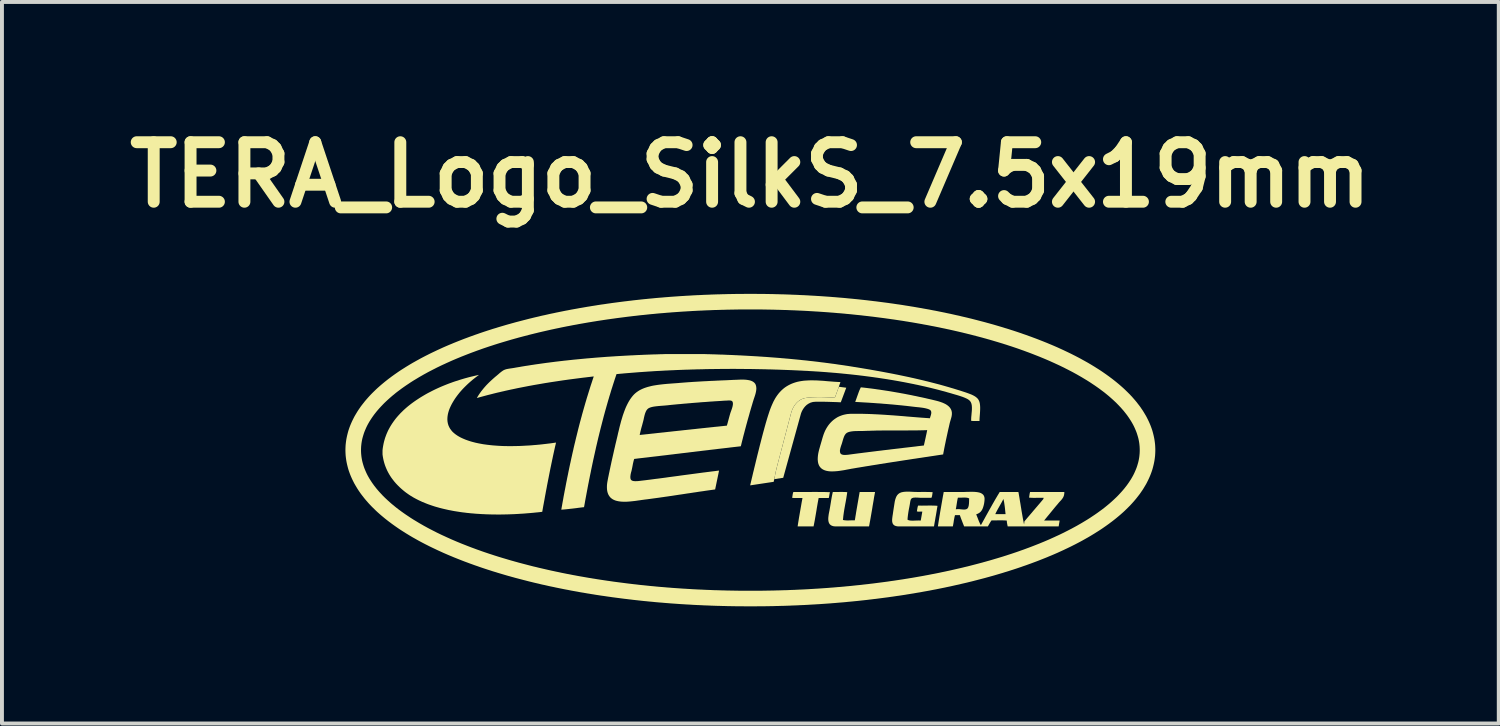
<source format=kicad_pcb>
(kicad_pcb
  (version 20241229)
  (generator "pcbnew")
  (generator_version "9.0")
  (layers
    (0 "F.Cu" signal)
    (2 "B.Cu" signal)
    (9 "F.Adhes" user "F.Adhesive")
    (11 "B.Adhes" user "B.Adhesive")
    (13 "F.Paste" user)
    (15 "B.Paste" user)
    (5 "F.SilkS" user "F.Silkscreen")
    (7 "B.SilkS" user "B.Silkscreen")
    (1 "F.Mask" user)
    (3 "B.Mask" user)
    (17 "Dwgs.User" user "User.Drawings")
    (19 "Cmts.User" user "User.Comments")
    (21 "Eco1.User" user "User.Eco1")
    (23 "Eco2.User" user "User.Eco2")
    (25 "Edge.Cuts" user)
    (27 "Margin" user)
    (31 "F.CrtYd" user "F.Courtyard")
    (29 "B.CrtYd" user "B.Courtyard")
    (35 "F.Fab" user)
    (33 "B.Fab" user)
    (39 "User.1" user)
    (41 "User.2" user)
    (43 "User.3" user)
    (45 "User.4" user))
  (footprint "TERA_Logo_SilkS_7.5x19mm"
    (layer "F.Cu")
    (at 16.162 8.474)
    (property "Reference" "TERA_Logo_SilkS_7.5x19mm" (at 0 -7.048 0) (layer "F.SilkS") (effects (font (size 1.524 1.524) (thickness 0.305))))
    (attr smd)
    (fp_poly (pts (xy 2.036 1.077) (xy 2.026 1.127) (xy 2.018 1.179) (xy 2.007 1.227) (xy 1.748 1.227) (xy 1.738 1.278) (xy 1.728 1.33) (xy 1.719 1.382) (xy 1.71 1.434) (xy 1.701 1.486) (xy 1.693 1.539) (xy 1.684 1.591) (xy 1.675 1.644) (xy 1.666 1.696) (xy 1.657 1.748) (xy 1.648 1.8) (xy 1.638 1.852) (xy 1.628 1.903) (xy 1.618 1.954) (xy 1.21 1.954) (xy 1.218 1.901) (xy 1.226 1.849) (xy 1.235 1.796) (xy 1.243 1.744) (xy 1.252 1.692) (xy 1.261 1.64) (xy 1.27 1.588) (xy 1.279 1.536) (xy 1.288 1.484) (xy 1.297 1.433) (xy 1.306 1.381) (xy 1.315 1.329) (xy 1.325 1.278) (xy 1.334 1.227) (xy 1.29 1.226) (xy 1.245 1.226) (xy 1.199 1.227) (xy 1.154 1.227) (xy 1.111 1.226) (xy 1.07 1.222) (xy 1.078 1.17) (xy 1.086 1.118) (xy 1.1 1.072) (xy 1.152 1.073) (xy 1.204 1.073) (xy 1.256 1.073) (xy 1.309 1.073) (xy 1.361 1.073) (xy 1.414 1.072) (xy 1.466 1.072) (xy 1.519 1.072) (xy 1.571 1.072) (xy 1.624 1.071) (xy 1.676 1.071) (xy 1.728 1.072) (xy 1.78 1.072) (xy 1.832 1.072) (xy 1.884 1.073) (xy 1.935 1.074) (xy 1.986 1.076) (xy 2.036 1.077) (xy 2.036 1.077)) (stroke (width 0) (type solid)) (fill yes) (layer "F.SilkS"))
    (fp_poly (pts (xy 0.648 0.56) (xy 0.687 0.4) (xy 1.013 -0.837) (xy 1.018 -0.855) (xy 1.029 -0.899) (xy 1.046 -0.959) (xy 1.051 -0.978) (xy 1.06 -1.003) (xy 1.071 -1.033) (xy 1.086 -1.067) (xy 1.106 -1.104) (xy 1.129 -1.143) (xy 1.158 -1.181) (xy 1.191 -1.218) (xy 1.23 -1.253) (xy 1.275 -1.284) (xy 1.327 -1.31) (xy 1.385 -1.329) (xy 1.451 -1.341) (xy 1.517 -1.347) (xy 1.585 -1.352) (xy 1.654 -1.354) (xy 1.723 -1.356) (xy 1.791 -1.356) (xy 1.857 -1.355) (xy 1.919 -1.353) (xy 1.977 -1.351) (xy 2.029 -1.349) (xy 2.074 -1.347) (xy 2.111 -1.345) (xy 2.139 -1.343) (xy 2.157 -1.341) (xy 2.163 -1.341) (xy 2.266 -1.622) (xy 2.455 -1.597) (xy 2.315 -1.224) (xy 2.309 -1.224) (xy 2.292 -1.225) (xy 2.264 -1.226) (xy 2.226 -1.228) (xy 2.181 -1.23) (xy 2.129 -1.231) (xy 2.071 -1.233) (xy 2.009 -1.235) (xy 1.943 -1.237) (xy 1.875 -1.238) (xy 1.806 -1.239) (xy 1.737 -1.239) (xy 1.669 -1.238) (xy 1.601 -1.232) (xy 1.541 -1.215) (xy 1.489 -1.189) (xy 1.443 -1.158) (xy 1.405 -1.122) (xy 1.374 -1.085) (xy 1.348 -1.047) (xy 1.328 -1.012) (xy 1.313 -0.981) (xy 1.303 -0.956) (xy 1.297 -0.939) (xy 1.295 -0.933) (xy 0.841 0.709) (xy 0.612 0.744) (xy 0.648 0.56) (xy 0.648 0.56)) (stroke (width 0) (type solid)) (fill yes) (layer "F.SilkS"))
    (fp_poly (pts (xy 2.798 1.072) (xy 3.192 1.072) (xy 3.183 1.124) (xy 3.173 1.176) (xy 3.164 1.227) (xy 3.156 1.28) (xy 3.147 1.332) (xy 3.138 1.384) (xy 3.129 1.436) (xy 3.121 1.488) (xy 3.112 1.541) (xy 3.103 1.593) (xy 3.094 1.645) (xy 3.085 1.697) (xy 3.076 1.749) (xy 3.067 1.8) (xy 3.057 1.852) (xy 3.048 1.903) (xy 3.038 1.954) (xy 2.171 1.954) (xy 2.123 1.948) (xy 2.085 1.936) (xy 2.054 1.918) (xy 2.03 1.895) (xy 2.013 1.867) (xy 2.002 1.835) (xy 1.996 1.8) (xy 1.994 1.762) (xy 1.996 1.721) (xy 2.001 1.679) (xy 2.007 1.635) (xy 2.016 1.59) (xy 2.025 1.545) (xy 2.033 1.5) (xy 2.041 1.456) (xy 2.05 1.401) (xy 2.059 1.348) (xy 2.067 1.296) (xy 2.076 1.246) (xy 2.084 1.199) (xy 2.093 1.153) (xy 2.102 1.111) (xy 2.111 1.072) (xy 2.164 1.073) (xy 2.217 1.073) (xy 2.272 1.072) (xy 2.325 1.071) (xy 2.378 1.072) (xy 2.43 1.073) (xy 2.48 1.077) (xy 2.473 1.129) (xy 2.465 1.18) (xy 2.457 1.231) (xy 2.448 1.282) (xy 2.439 1.333) (xy 2.429 1.384) (xy 2.42 1.435) (xy 2.411 1.485) (xy 2.402 1.536) (xy 2.394 1.587) (xy 2.387 1.637) (xy 2.38 1.688) (xy 2.375 1.739) (xy 2.37 1.789) (xy 2.414 1.797) (xy 2.464 1.801) (xy 2.516 1.801) (xy 2.57 1.799) (xy 2.623 1.798) (xy 2.674 1.799) (xy 2.683 1.747) (xy 2.691 1.695) (xy 2.7 1.643) (xy 2.708 1.59) (xy 2.717 1.538) (xy 2.726 1.486) (xy 2.735 1.434) (xy 2.744 1.382) (xy 2.753 1.33) (xy 2.762 1.279) (xy 2.771 1.227) (xy 2.78 1.175) (xy 2.789 1.124) (xy 2.798 1.072) (xy 2.798 1.072)) (stroke (width 0) (type solid)) (fill yes) (layer "F.SilkS"))
    (fp_poly (pts (xy 4.791 1.426) (xy 4.783 1.474) (xy 4.775 1.523) (xy 4.767 1.571) (xy 4.759 1.619) (xy 4.751 1.667) (xy 4.742 1.714) (xy 4.734 1.762) (xy 4.726 1.81) (xy 4.717 1.858) (xy 4.709 1.906) (xy 4.701 1.954) (xy 3.78 1.954) (xy 3.726 1.945) (xy 3.686 1.928) (xy 3.658 1.903) (xy 3.64 1.871) (xy 3.631 1.832) (xy 3.629 1.788) (xy 3.633 1.739) (xy 3.64 1.685) (xy 3.647 1.643) (xy 3.653 1.6) (xy 3.659 1.559) (xy 3.665 1.52) (xy 3.673 1.468) (xy 3.681 1.417) (xy 3.689 1.366) (xy 3.697 1.317) (xy 3.708 1.27) (xy 3.722 1.227) (xy 3.739 1.187) (xy 3.761 1.152) (xy 3.789 1.123) (xy 3.823 1.099) (xy 3.864 1.082) (xy 3.91 1.072) (xy 3.959 1.066) (xy 4.008 1.064) (xy 4.059 1.064) (xy 4.111 1.066) (xy 4.162 1.069) (xy 4.213 1.071) (xy 4.263 1.072) (xy 4.312 1.072) (xy 4.361 1.072) (xy 4.41 1.071) (xy 4.46 1.071) (xy 4.51 1.072) (xy 4.561 1.073) (xy 4.613 1.074) (xy 4.666 1.077) (xy 4.659 1.129) (xy 4.651 1.179) (xy 4.636 1.222) (xy 4.382 1.222) (xy 4.33 1.22) (xy 4.275 1.216) (xy 4.221 1.215) (xy 4.172 1.219) (xy 4.133 1.232) (xy 4.109 1.26) (xy 4.096 1.304) (xy 4.088 1.351) (xy 4.08 1.401) (xy 4.071 1.45) (xy 4.061 1.5) (xy 4.052 1.548) (xy 4.044 1.597) (xy 4.037 1.645) (xy 4.031 1.692) (xy 4.026 1.739) (xy 4.024 1.784) (xy 4.061 1.798) (xy 4.106 1.805) (xy 4.155 1.807) (xy 4.207 1.805) (xy 4.261 1.803) (xy 4.313 1.802) (xy 4.362 1.804) (xy 4.37 1.758) (xy 4.378 1.712) (xy 4.386 1.667) (xy 4.394 1.621) (xy 4.402 1.575) (xy 4.354 1.575) (xy 4.305 1.576) (xy 4.263 1.57) (xy 4.271 1.519) (xy 4.28 1.468) (xy 4.293 1.421) (xy 4.342 1.421) (xy 4.392 1.422) (xy 4.443 1.421) (xy 4.494 1.421) (xy 4.545 1.42) (xy 4.595 1.42) (xy 4.645 1.42) (xy 4.695 1.421) (xy 4.743 1.423) (xy 4.791 1.426) (xy 4.791 1.426)) (stroke (width 0) (type solid)) (fill yes) (layer "F.SilkS"))
    (fp_poly (pts (xy 0.597 0.812) (xy -0.005 0.903) (xy -0.005 0.9) (xy -0.002 0.89) (xy 0.001 0.875) (xy 0.006 0.854) (xy 0.012 0.828) (xy 0.019 0.797) (xy 0.028 0.761) (xy 0.037 0.721) (xy 0.048 0.677) (xy 0.059 0.629) (xy 0.071 0.577) (xy 0.085 0.523) (xy 0.098 0.466) (xy 0.113 0.406) (xy 0.128 0.344) (xy 0.143 0.281) (xy 0.159 0.216) (xy 0.175 0.149) (xy 0.192 0.082) (xy 0.209 0.014) (xy 0.226 -0.054) (xy 0.243 -0.123) (xy 0.261 -0.191) (xy 0.278 -0.258) (xy 0.295 -0.324) (xy 0.312 -0.389) (xy 0.329 -0.453) (xy 0.346 -0.514) (xy 0.362 -0.574) (xy 0.378 -0.631) (xy 0.393 -0.685) (xy 0.408 -0.736) (xy 0.424 -0.79) (xy 0.44 -0.843) (xy 0.457 -0.896) (xy 0.474 -0.948) (xy 0.491 -1) (xy 0.509 -1.05) (xy 0.528 -1.099) (xy 0.548 -1.147) (xy 0.569 -1.194) (xy 0.59 -1.24) (xy 0.614 -1.285) (xy 0.638 -1.328) (xy 0.664 -1.369) (xy 0.692 -1.409) (xy 0.722 -1.448) (xy 0.753 -1.484) (xy 0.785 -1.518) (xy 0.819 -1.55) (xy 0.855 -1.581) (xy 0.892 -1.609) (xy 0.932 -1.635) (xy 0.973 -1.659) (xy 1.016 -1.681) (xy 1.06 -1.701) (xy 1.107 -1.719) (xy 1.156 -1.735) (xy 1.206 -1.749) (xy 1.259 -1.76) (xy 1.313 -1.769) (xy 1.37 -1.777) (xy 1.429 -1.781) (xy 1.483 -1.784) (xy 1.536 -1.786) (xy 1.589 -1.786) (xy 1.642 -1.785) (xy 1.694 -1.784) (xy 1.745 -1.781) (xy 1.797 -1.778) (xy 1.848 -1.775) (xy 1.899 -1.771) (xy 1.95 -1.766) (xy 2 -1.762) (xy 2.051 -1.758) (xy 2.101 -1.754) (xy 2.152 -1.75) (xy 2.203 -1.747) (xy 2.254 -1.744) (xy 2.305 -1.742) (xy 2.293 -1.701) (xy 2.278 -1.663) (xy 2.266 -1.622) (xy 2.163 -1.341) (xy 2.157 -1.341) (xy 2.139 -1.343) (xy 2.111 -1.345) (xy 2.074 -1.347) (xy 2.029 -1.349) (xy 1.977 -1.351) (xy 1.919 -1.353) (xy 1.857 -1.355) (xy 1.791 -1.356) (xy 1.723 -1.356) (xy 1.654 -1.354) (xy 1.585 -1.352) (xy 1.517 -1.347) (xy 1.451 -1.341) (xy 1.385 -1.329) (xy 1.327 -1.31) (xy 1.275 -1.284) (xy 1.23 -1.253) (xy 1.191 -1.218) (xy 1.158 -1.181) (xy 1.129 -1.143) (xy 1.106 -1.104) (xy 1.086 -1.067) (xy 1.071 -1.033) (xy 1.06 -1.003) (xy 1.051 -0.978) (xy 1.046 -0.959) (xy 1.029 -0.899) (xy 1.018 -0.855) (xy 1.013 -0.837) (xy 0.687 0.4) (xy 0.648 0.56) (xy 0.612 0.744) (xy 0.602 0.786) (xy 0.597 0.812)) (stroke (width 0) (type solid)) (fill yes) (layer "F.SilkS"))
    (fp_poly (pts (xy 8.038 1.072) (xy 8.038 1.102) (xy 8.03 1.156) (xy 8.013 1.202) (xy 7.988 1.242) (xy 7.959 1.279) (xy 7.926 1.314) (xy 7.893 1.351) (xy 7.862 1.389) (xy 7.83 1.426) (xy 7.798 1.464) (xy 7.767 1.502) (xy 7.735 1.541) (xy 7.704 1.579) (xy 7.673 1.617) (xy 7.642 1.655) (xy 7.611 1.692) (xy 7.58 1.73) (xy 7.55 1.767) (xy 7.52 1.804) (xy 7.918 1.804) (xy 7.91 1.855) (xy 7.901 1.904) (xy 7.893 1.954) (xy 6.588 1.954) (xy 6.528 1.59) (xy 6.523 1.54) (xy 6.518 1.49) (xy 6.512 1.44) (xy 6.505 1.391) (xy 6.498 1.343) (xy 6.489 1.297) (xy 6.479 1.252) (xy 6.456 1.295) (xy 6.433 1.338) (xy 6.409 1.381) (xy 6.385 1.423) (xy 6.361 1.466) (xy 6.337 1.508) (xy 6.314 1.551) (xy 6.291 1.595) (xy 6.27 1.64) (xy 6.534 1.64) (xy 6.528 1.59) (xy 6.588 1.954) (xy 6.578 1.906) (xy 6.569 1.857) (xy 6.564 1.804) (xy 6.518 1.801) (xy 6.47 1.799) (xy 6.422 1.799) (xy 6.372 1.799) (xy 6.323 1.799) (xy 6.273 1.8) (xy 6.224 1.8) (xy 6.175 1.799) (xy 6.149 1.836) (xy 6.126 1.875) (xy 6.103 1.914) (xy 6.081 1.954) (xy 5.473 1.954) (xy 5.553 1.501) (xy 5.575 1.471) (xy 5.589 1.428) (xy 5.596 1.379) (xy 5.599 1.326) (xy 5.6 1.277) (xy 5.602 1.237) (xy 5.565 1.223) (xy 5.52 1.216) (xy 5.469 1.215) (xy 5.416 1.217) (xy 5.364 1.218) (xy 5.313 1.217) (xy 5.302 1.265) (xy 5.293 1.314) (xy 5.285 1.365) (xy 5.277 1.416) (xy 5.269 1.467) (xy 5.259 1.515) (xy 5.304 1.511) (xy 5.351 1.512) (xy 5.398 1.517) (xy 5.443 1.521) (xy 5.485 1.522) (xy 5.522 1.516) (xy 5.553 1.501) (xy 5.553 1.501) (xy 5.473 1.954) (xy 5.454 1.906) (xy 5.435 1.859) (xy 5.417 1.811) (xy 5.398 1.763) (xy 5.38 1.714) (xy 5.363 1.665) (xy 5.239 1.665) (xy 5.227 1.711) (xy 5.218 1.758) (xy 5.209 1.807) (xy 5.202 1.857) (xy 5.193 1.906) (xy 5.184 1.954) (xy 4.801 1.954) (xy 4.809 1.901) (xy 4.817 1.849) (xy 4.825 1.797) (xy 4.834 1.744) (xy 4.842 1.692) (xy 4.851 1.64) (xy 4.859 1.588) (xy 4.868 1.536) (xy 4.877 1.485) (xy 4.886 1.433) (xy 4.895 1.381) (xy 4.904 1.33) (xy 4.913 1.278) (xy 4.922 1.227) (xy 4.931 1.175) (xy 4.941 1.124) (xy 4.95 1.072) (xy 5.433 1.072) (xy 5.483 1.072) (xy 5.534 1.07) (xy 5.585 1.069) (xy 5.636 1.068) (xy 5.686 1.068) (xy 5.735 1.069) (xy 5.782 1.073) (xy 5.825 1.079) (xy 5.866 1.088) (xy 5.902 1.101) (xy 5.933 1.119) (xy 5.959 1.141) (xy 5.978 1.168) (xy 5.991 1.202) (xy 5.996 1.237) (xy 5.995 1.28) (xy 5.99 1.329) (xy 5.982 1.379) (xy 5.97 1.428) (xy 5.956 1.473) (xy 5.941 1.511) (xy 5.918 1.55) (xy 5.892 1.582) (xy 5.86 1.608) (xy 5.824 1.628) (xy 5.782 1.645) (xy 5.801 1.692) (xy 5.82 1.74) (xy 5.838 1.788) (xy 5.857 1.835) (xy 5.878 1.88) (xy 5.901 1.924) (xy 5.926 1.879) (xy 5.951 1.833) (xy 5.976 1.788) (xy 6.001 1.743) (xy 6.026 1.697) (xy 6.051 1.652) (xy 6.076 1.607) (xy 6.101 1.562) (xy 6.126 1.517) (xy 6.152 1.472) (xy 6.177 1.427) (xy 6.202 1.382) (xy 6.228 1.337) (xy 6.253 1.293) (xy 6.279 1.248) (xy 6.305 1.204) (xy 6.331 1.16) (xy 6.358 1.116) (xy 6.384 1.072) (xy 6.862 1.072) (xy 6.872 1.124) (xy 6.881 1.176) (xy 6.89 1.228) (xy 6.898 1.28) (xy 6.907 1.333) (xy 6.916 1.385) (xy 6.924 1.438) (xy 6.933 1.49) (xy 6.941 1.543) (xy 6.95 1.595) (xy 6.959 1.647) (xy 6.968 1.699) (xy 6.977 1.751) (xy 6.987 1.802) (xy 6.997 1.853) (xy 7.007 1.904) (xy 7.012 1.864) (xy 7.017 1.824) (xy 7.048 1.787) (xy 7.079 1.75) (xy 7.111 1.712) (xy 7.144 1.674) (xy 7.176 1.636) (xy 7.209 1.598) (xy 7.241 1.559) (xy 7.274 1.521) (xy 7.306 1.483) (xy 7.339 1.445) (xy 7.371 1.407) (xy 7.403 1.37) (xy 7.434 1.333) (xy 7.465 1.296) (xy 7.498 1.257) (xy 7.51 1.222) (xy 7.463 1.221) (xy 7.416 1.221) (xy 7.368 1.222) (xy 7.32 1.222) (xy 7.272 1.223) (xy 7.226 1.222) (xy 7.18 1.22) (xy 7.136 1.217) (xy 7.143 1.167) (xy 7.15 1.118) (xy 7.161 1.072) (xy 8.038 1.072) (xy 8.038 1.072)) (stroke (width 0) (type solid)) (fill yes) (layer "F.SilkS"))
    (fp_poly (pts (xy -4.976 -0.193) (xy -4.987 -0.143) (xy -4.999 -0.094) (xy -5.01 -0.044) (xy -5.021 0.005) (xy -5.032 0.055) (xy -5.043 0.105) (xy -5.054 0.155) (xy -5.064 0.205) (xy -5.075 0.255) (xy -5.085 0.305) (xy -5.096 0.356) (xy -5.106 0.406) (xy -5.117 0.456) (xy -5.127 0.507) (xy -5.137 0.557) (xy -5.147 0.608) (xy -5.157 0.659) (xy -5.167 0.71) (xy -5.177 0.76) (xy -5.187 0.811) (xy -5.197 0.862) (xy -5.207 0.913) (xy -5.216 0.964) (xy -5.226 1.015) (xy -5.236 1.067) (xy -5.245 1.118) (xy -5.255 1.169) (xy -5.264 1.22) (xy -5.273 1.272) (xy -5.283 1.323) (xy -5.292 1.374) (xy -5.302 1.426) (xy -5.311 1.477) (xy -5.32 1.529) (xy -5.329 1.58) (xy -5.385 1.587) (xy -5.44 1.593) (xy -5.495 1.598) (xy -5.551 1.604) (xy -5.607 1.609) (xy -5.663 1.614) (xy -5.718 1.618) (xy -5.774 1.623) (xy -5.83 1.627) (xy -5.886 1.63) (xy -5.943 1.634) (xy -5.999 1.637) (xy -6.055 1.64) (xy -6.111 1.642) (xy -6.167 1.644) (xy -6.223 1.646) (xy -6.279 1.647) (xy -6.335 1.648) (xy -6.391 1.649) (xy -6.447 1.649) (xy -6.502 1.649) (xy -6.558 1.648) (xy -6.613 1.648) (xy -6.668 1.646) (xy -6.723 1.645) (xy -6.778 1.643) (xy -6.833 1.64) (xy -6.888 1.638) (xy -6.942 1.634) (xy -6.996 1.631) (xy -7.05 1.627) (xy -7.103 1.622) (xy -7.157 1.618) (xy -7.21 1.612) (xy -7.262 1.607) (xy -7.315 1.6) (xy -7.367 1.594) (xy -7.418 1.587) (xy -7.47 1.579) (xy -7.521 1.571) (xy -7.571 1.563) (xy -7.622 1.554) (xy -7.671 1.544) (xy -7.721 1.535) (xy -7.77 1.524) (xy -7.818 1.513) (xy -7.866 1.502) (xy -7.914 1.49) (xy -7.961 1.478) (xy -8.007 1.465) (xy -8.053 1.452) (xy -8.099 1.438) (xy -8.144 1.423) (xy -8.188 1.408) (xy -8.232 1.393) (xy -8.275 1.377) (xy -8.317 1.36) (xy -8.359 1.343) (xy -8.401 1.326) (xy -8.441 1.307) (xy -8.481 1.289) (xy -8.521 1.269) (xy -8.56 1.249) (xy -8.597 1.229) (xy -8.635 1.208) (xy -8.671 1.186) (xy -8.707 1.164) (xy -8.742 1.141) (xy -8.776 1.117) (xy -8.81 1.093) (xy -8.842 1.069) (xy -8.874 1.043) (xy -8.905 1.017) (xy -8.941 0.986) (xy -8.977 0.953) (xy -9.011 0.92) (xy -9.045 0.885) (xy -9.078 0.85) (xy -9.11 0.813) (xy -9.14 0.775) (xy -9.17 0.736) (xy -9.199 0.696) (xy -9.226 0.654) (xy -9.252 0.612) (xy -9.276 0.568) (xy -9.299 0.523) (xy -9.32 0.476) (xy -9.34 0.428) (xy -9.358 0.379) (xy -9.374 0.328) (xy -9.388 0.276) (xy -9.4 0.223) (xy -9.41 0.168) (xy -9.418 0.111) (xy -9.418 0.006) (xy -9.412 -0.05) (xy -9.403 -0.104) (xy -9.393 -0.158) (xy -9.381 -0.211) (xy -9.367 -0.262) (xy -9.352 -0.313) (xy -9.334 -0.362) (xy -9.316 -0.41) (xy -9.295 -0.458) (xy -9.274 -0.504) (xy -9.25 -0.549) (xy -9.226 -0.593) (xy -9.2 -0.636) (xy -9.173 -0.678) (xy -9.145 -0.719) (xy -9.116 -0.759) (xy -9.086 -0.799) (xy -9.055 -0.837) (xy -9.023 -0.874) (xy -8.99 -0.91) (xy -8.957 -0.946) (xy -8.922 -0.98) (xy -8.888 -1.014) (xy -8.852 -1.047) (xy -8.816 -1.079) (xy -8.78 -1.11) (xy -8.743 -1.14) (xy -8.706 -1.169) (xy -8.668 -1.198) (xy -8.631 -1.225) (xy -8.593 -1.252) (xy -8.555 -1.278) (xy -8.517 -1.303) (xy -8.476 -1.33) (xy -8.435 -1.356) (xy -8.393 -1.381) (xy -8.351 -1.406) (xy -8.308 -1.431) (xy -8.265 -1.455) (xy -8.221 -1.478) (xy -8.176 -1.501) (xy -8.132 -1.524) (xy -8.087 -1.546) (xy -8.041 -1.568) (xy -7.995 -1.589) (xy -7.948 -1.61) (xy -7.902 -1.63) (xy -7.854 -1.65) (xy -7.807 -1.669) (xy -7.759 -1.688) (xy -7.71 -1.707) (xy -7.662 -1.724) (xy -7.613 -1.742) (xy -7.563 -1.759) (xy -7.513 -1.775) (xy -7.463 -1.791) (xy -7.413 -1.807) (xy -7.362 -1.822) (xy -7.312 -1.837) (xy -7.26 -1.851) (xy -7.209 -1.865) (xy -7.157 -1.878) (xy -7.105 -1.89) (xy -7.053 -1.903) (xy -7.001 -1.915) (xy -6.948 -1.926) (xy -6.989 -1.896) (xy -7.03 -1.865) (xy -7.07 -1.834) (xy -7.11 -1.802) (xy -7.149 -1.769) (xy -7.188 -1.735) (xy -7.226 -1.701) (xy -7.263 -1.666) (xy -7.3 -1.63) (xy -7.336 -1.594) (xy -7.372 -1.556) (xy -7.406 -1.518) (xy -7.44 -1.479) (xy -7.472 -1.439) (xy -7.504 -1.398) (xy -7.535 -1.356) (xy -7.565 -1.313) (xy -7.593 -1.269) (xy -7.62 -1.224) (xy -7.642 -1.186) (xy -7.662 -1.147) (xy -7.682 -1.105) (xy -7.701 -1.062) (xy -7.718 -1.017) (xy -7.732 -0.97) (xy -7.744 -0.923) (xy -7.752 -0.875) (xy -7.757 -0.826) (xy -7.758 -0.778) (xy -7.754 -0.729) (xy -7.745 -0.681) (xy -7.73 -0.631) (xy -7.709 -0.585) (xy -7.685 -0.543) (xy -7.655 -0.503) (xy -7.623 -0.466) (xy -7.586 -0.433) (xy -7.547 -0.402) (xy -7.505 -0.373) (xy -7.462 -0.347) (xy -7.416 -0.322) (xy -7.378 -0.304) (xy -7.339 -0.287) (xy -7.299 -0.27) (xy -7.258 -0.255) (xy -7.215 -0.24) (xy -7.172 -0.226) (xy -7.128 -0.213) (xy -7.082 -0.201) (xy -7.036 -0.189) (xy -6.989 -0.179) (xy -6.941 -0.169) (xy -6.892 -0.16) (xy -6.843 -0.151) (xy -6.793 -0.144) (xy -6.742 -0.137) (xy -6.69 -0.131) (xy -6.638 -0.125) (xy -6.586 -0.12) (xy -6.533 -0.116) (xy -6.48 -0.112) (xy -6.426 -0.109) (xy -6.372 -0.106) (xy -6.317 -0.104) (xy -6.262 -0.103) (xy -6.207 -0.102) (xy -6.152 -0.102) (xy -6.097 -0.102) (xy -6.041 -0.103) (xy -5.986 -0.104) (xy -5.93 -0.105) (xy -5.875 -0.107) (xy -5.819 -0.11) (xy -5.764 -0.113) (xy -5.709 -0.116) (xy -5.654 -0.119) (xy -5.599 -0.123) (xy -5.545 -0.128) (xy -5.491 -0.132) (xy -5.437 -0.137) (xy -5.383 -0.142) (xy -5.33 -0.148) (xy -5.278 -0.154) (xy -5.226 -0.16) (xy -5.175 -0.166) (xy -5.124 -0.172) (xy -5.074 -0.179) (xy -5.025 -0.186) (xy -4.976 -0.193)) (stroke (width 0) (type solid)) (fill yes) (layer "F.SilkS"))
    (fp_poly (pts (xy 5.159 -0.96) (xy 4.442 -0.118) (xy 4.453 -0.167) (xy 4.464 -0.216) (xy 4.475 -0.265) (xy 4.486 -0.314) (xy 4.496 -0.363) (xy 4.507 -0.412) (xy 4.517 -0.461) (xy 4.527 -0.511) (xy 4.477 -0.51) (xy 4.427 -0.508) (xy 4.377 -0.507) (xy 4.327 -0.506) (xy 4.275 -0.505) (xy 4.224 -0.505) (xy 4.172 -0.504) (xy 4.12 -0.504) (xy 4.067 -0.504) (xy 4.015 -0.503) (xy 3.962 -0.503) (xy 3.909 -0.503) (xy 3.855 -0.503) (xy 3.802 -0.503) (xy 3.748 -0.503) (xy 3.695 -0.503) (xy 3.641 -0.503) (xy 3.587 -0.503) (xy 3.534 -0.503) (xy 3.48 -0.503) (xy 3.427 -0.502) (xy 3.373 -0.502) (xy 3.32 -0.501) (xy 3.267 -0.501) (xy 3.214 -0.5) (xy 3.161 -0.498) (xy 3.108 -0.497) (xy 3.056 -0.495) (xy 3.004 -0.494) (xy 2.953 -0.492) (xy 2.899 -0.49) (xy 2.845 -0.489) (xy 2.79 -0.489) (xy 2.737 -0.488) (xy 2.685 -0.487) (xy 2.635 -0.484) (xy 2.588 -0.478) (xy 2.544 -0.47) (xy 2.504 -0.458) (xy 2.47 -0.442) (xy 2.441 -0.417) (xy 2.416 -0.382) (xy 2.396 -0.34) (xy 2.379 -0.292) (xy 2.364 -0.242) (xy 2.35 -0.193) (xy 2.339 -0.157) (xy 2.324 -0.116) (xy 2.31 -0.071) (xy 2.298 -0.026) (xy 2.292 0.018) (xy 2.296 0.058) (xy 2.31 0.091) (xy 2.337 0.111) (xy 2.375 0.122) (xy 2.421 0.124) (xy 2.47 0.122) (xy 2.517 0.117) (xy 2.559 0.111) (xy 2.612 0.104) (xy 2.665 0.097) (xy 2.718 0.09) (xy 2.771 0.083) (xy 2.823 0.077) (xy 2.876 0.07) (xy 2.929 0.063) (xy 2.981 0.057) (xy 3.034 0.05) (xy 3.086 0.044) (xy 3.139 0.037) (xy 3.191 0.031) (xy 3.243 0.024) (xy 3.296 0.018) (xy 3.348 0.012) (xy 3.4 0.005) (xy 3.452 -0.001) (xy 3.505 -0.007) (xy 3.557 -0.013) (xy 3.609 -0.02) (xy 3.661 -0.026) (xy 3.713 -0.032) (xy 3.765 -0.038) (xy 3.817 -0.044) (xy 3.87 -0.05) (xy 3.922 -0.057) (xy 3.974 -0.063) (xy 4.026 -0.069) (xy 4.078 -0.075) (xy 4.13 -0.081) (xy 4.182 -0.087) (xy 4.234 -0.093) (xy 4.286 -0.1) (xy 4.338 -0.106) (xy 4.39 -0.112) (xy 4.442 -0.118) (xy 4.442 -0.118) (xy 5.159 -0.96) (xy 5.159 -0.915) (xy 5.153 -0.869) (xy 5.142 -0.824) (xy 5.129 -0.779) (xy 5.116 -0.735) (xy 5.104 -0.691) (xy 5.093 -0.642) (xy 5.082 -0.593) (xy 5.07 -0.543) (xy 5.059 -0.493) (xy 5.048 -0.443) (xy 5.037 -0.392) (xy 5.026 -0.342) (xy 5.015 -0.291) (xy 5.004 -0.24) (xy 4.994 -0.189) (xy 4.983 -0.138) (xy 4.973 -0.088) (xy 4.963 -0.038) (xy 4.954 0.012) (xy 4.944 0.062) (xy 4.935 0.111) (xy 4.883 0.119) (xy 4.832 0.126) (xy 4.781 0.134) (xy 4.729 0.142) (xy 4.678 0.15) (xy 4.627 0.157) (xy 4.576 0.165) (xy 4.525 0.173) (xy 4.474 0.18) (xy 4.423 0.188) (xy 4.372 0.196) (xy 4.321 0.203) (xy 4.27 0.211) (xy 4.219 0.219) (xy 4.168 0.226) (xy 4.117 0.234) (xy 4.066 0.242) (xy 4.016 0.25) (xy 3.965 0.257) (xy 3.914 0.265) (xy 3.863 0.273) (xy 3.812 0.281) (xy 3.761 0.289) (xy 3.711 0.297) (xy 3.66 0.304) (xy 3.609 0.312) (xy 3.558 0.32) (xy 3.507 0.328) (xy 3.456 0.336) (xy 3.405 0.344) (xy 3.354 0.352) (xy 3.303 0.36) (xy 3.252 0.369) (xy 3.201 0.377) (xy 3.15 0.385) (xy 3.098 0.393) (xy 3.047 0.402) (xy 2.996 0.41) (xy 2.944 0.418) (xy 2.893 0.427) (xy 2.841 0.435) (xy 2.789 0.444) (xy 2.738 0.452) (xy 2.686 0.461) (xy 2.634 0.47) (xy 2.595 0.476) (xy 2.554 0.484) (xy 2.512 0.492) (xy 2.468 0.5) (xy 2.423 0.509) (xy 2.377 0.517) (xy 2.331 0.524) (xy 2.284 0.531) (xy 2.238 0.537) (xy 2.191 0.541) (xy 2.146 0.544) (xy 2.101 0.545) (xy 2.058 0.545) (xy 2.015 0.542) (xy 1.975 0.536) (xy 1.937 0.528) (xy 1.9 0.516) (xy 1.867 0.501) (xy 1.836 0.483) (xy 1.809 0.461) (xy 1.785 0.435) (xy 1.764 0.405) (xy 1.748 0.37) (xy 1.735 0.33) (xy 1.728 0.285) (xy 1.724 0.234) (xy 1.726 0.183) (xy 1.731 0.131) (xy 1.739 0.08) (xy 1.75 0.03) (xy 1.762 -0.019) (xy 1.776 -0.067) (xy 1.789 -0.114) (xy 1.802 -0.158) (xy 1.817 -0.21) (xy 1.832 -0.261) (xy 1.846 -0.311) (xy 1.861 -0.359) (xy 1.877 -0.407) (xy 1.895 -0.453) (xy 1.914 -0.497) (xy 1.937 -0.541) (xy 1.962 -0.583) (xy 1.989 -0.624) (xy 2.018 -0.662) (xy 2.049 -0.698) (xy 2.082 -0.732) (xy 2.117 -0.764) (xy 2.155 -0.793) (xy 2.194 -0.82) (xy 2.235 -0.845) (xy 2.279 -0.866) (xy 2.325 -0.884) (xy 2.372 -0.9) (xy 2.422 -0.912) (xy 2.474 -0.922) (xy 2.528 -0.927) (xy 2.584 -0.93) (xy 2.64 -0.93) (xy 2.696 -0.93) (xy 2.751 -0.93) (xy 2.805 -0.93) (xy 2.86 -0.929) (xy 2.914 -0.928) (xy 2.968 -0.926) (xy 3.022 -0.925) (xy 3.075 -0.923) (xy 3.128 -0.921) (xy 3.181 -0.918) (xy 3.233 -0.916) (xy 3.286 -0.913) (xy 3.338 -0.91) (xy 3.39 -0.907) (xy 3.441 -0.904) (xy 3.493 -0.9) (xy 3.544 -0.897) (xy 3.595 -0.893) (xy 3.646 -0.89) (xy 3.697 -0.886) (xy 3.748 -0.882) (xy 3.798 -0.878) (xy 3.849 -0.874) (xy 3.899 -0.87) (xy 3.949 -0.866) (xy 3.999 -0.861) (xy 4.049 -0.857) (xy 4.099 -0.853) (xy 4.149 -0.849) (xy 4.199 -0.845) (xy 4.248 -0.841) (xy 4.298 -0.837) (xy 4.348 -0.833) (xy 4.398 -0.829) (xy 4.447 -0.826) (xy 4.497 -0.822) (xy 4.547 -0.819) (xy 4.596 -0.815) (xy 4.609 -0.857) (xy 4.624 -0.904) (xy 4.633 -0.953) (xy 4.626 -0.999) (xy 4.609 -1.022) (xy 4.579 -1.041) (xy 4.538 -1.056) (xy 4.49 -1.069) (xy 4.436 -1.08) (xy 4.38 -1.088) (xy 4.324 -1.095) (xy 4.272 -1.1) (xy 4.225 -1.105) (xy 4.188 -1.109) (xy 4.138 -1.115) (xy 4.087 -1.121) (xy 4.036 -1.127) (xy 3.985 -1.133) (xy 3.934 -1.138) (xy 3.882 -1.144) (xy 3.83 -1.149) (xy 3.778 -1.154) (xy 3.726 -1.159) (xy 3.674 -1.164) (xy 3.622 -1.169) (xy 3.569 -1.173) (xy 3.517 -1.178) (xy 3.464 -1.182) (xy 3.411 -1.186) (xy 3.359 -1.191) (xy 3.306 -1.195) (xy 3.253 -1.198) (xy 3.201 -1.202) (xy 3.148 -1.206) (xy 3.096 -1.209) (xy 3.044 -1.213) (xy 2.992 -1.216) (xy 2.94 -1.219) (xy 2.888 -1.222) (xy 2.837 -1.225) (xy 2.786 -1.228) (xy 2.735 -1.231) (xy 2.684 -1.234) (xy 2.701 -1.28) (xy 2.719 -1.33) (xy 2.737 -1.381) (xy 2.755 -1.431) (xy 2.773 -1.481) (xy 2.791 -1.528) (xy 2.81 -1.57) (xy 2.828 -1.607) (xy 2.881 -1.602) (xy 2.934 -1.596) (xy 2.986 -1.59) (xy 3.039 -1.583) (xy 3.092 -1.577) (xy 3.144 -1.57) (xy 3.197 -1.563) (xy 3.249 -1.555) (xy 3.302 -1.548) (xy 3.354 -1.54) (xy 3.407 -1.532) (xy 3.459 -1.524) (xy 3.512 -1.516) (xy 3.564 -1.508) (xy 3.616 -1.499) (xy 3.668 -1.49) (xy 3.72 -1.481) (xy 3.772 -1.472) (xy 3.824 -1.463) (xy 3.876 -1.453) (xy 3.928 -1.444) (xy 3.979 -1.434) (xy 4.03 -1.424) (xy 4.082 -1.414) (xy 4.133 -1.404) (xy 4.183 -1.393) (xy 4.234 -1.383) (xy 4.285 -1.372) (xy 4.335 -1.361) (xy 4.385 -1.351) (xy 4.435 -1.34) (xy 4.485 -1.329) (xy 4.534 -1.317) (xy 4.583 -1.306) (xy 4.632 -1.295) (xy 4.681 -1.283) (xy 4.727 -1.272) (xy 4.775 -1.26) (xy 4.823 -1.247) (xy 4.871 -1.231) (xy 4.919 -1.214) (xy 4.964 -1.194) (xy 5.007 -1.172) (xy 5.046 -1.146) (xy 5.081 -1.117) (xy 5.111 -1.084) (xy 5.134 -1.047) (xy 5.151 -1.006) (xy 5.159 -0.96)) (stroke (width 0) (type solid)) (fill yes) (layer "F.SilkS"))
    (fp_poly (pts (xy 0.139 -1.667) (xy -0.518 -0.93) (xy -0.508 -0.962) (xy -0.492 -1.006) (xy -0.474 -1.057) (xy -0.458 -1.11) (xy -0.448 -1.162) (xy -0.447 -1.208) (xy -0.459 -1.244) (xy -0.481 -1.262) (xy -0.515 -1.27) (xy -0.557 -1.271) (xy -0.603 -1.268) (xy -0.653 -1.266) (xy -0.703 -1.263) (xy -0.754 -1.259) (xy -0.804 -1.256) (xy -0.855 -1.253) (xy -0.907 -1.25) (xy -0.958 -1.246) (xy -1.01 -1.243) (xy -1.062 -1.239) (xy -1.114 -1.235) (xy -1.166 -1.231) (xy -1.219 -1.228) (xy -1.271 -1.224) (xy -1.324 -1.219) (xy -1.376 -1.215) (xy -1.429 -1.211) (xy -1.481 -1.207) (xy -1.534 -1.202) (xy -1.587 -1.198) (xy -1.639 -1.193) (xy -1.692 -1.189) (xy -1.744 -1.184) (xy -1.796 -1.179) (xy -1.849 -1.175) (xy -1.9 -1.17) (xy -1.952 -1.165) (xy -2.004 -1.16) (xy -2.055 -1.155) (xy -2.106 -1.149) (xy -2.157 -1.144) (xy -2.204 -1.14) (xy -2.255 -1.136) (xy -2.308 -1.132) (xy -2.363 -1.127) (xy -2.418 -1.121) (xy -2.47 -1.114) (xy -2.52 -1.104) (xy -2.564 -1.091) (xy -2.601 -1.075) (xy -2.63 -1.054) (xy -2.658 -1.021) (xy -2.68 -0.979) (xy -2.698 -0.931) (xy -2.712 -0.881) (xy -2.724 -0.829) (xy -2.734 -0.78) (xy -2.745 -0.736) (xy -2.759 -0.685) (xy -2.772 -0.635) (xy -2.786 -0.587) (xy -2.799 -0.539) (xy -2.811 -0.49) (xy -2.823 -0.44) (xy -2.834 -0.387) (xy -2.783 -0.393) (xy -2.731 -0.398) (xy -2.679 -0.404) (xy -2.627 -0.409) (xy -2.575 -0.415) (xy -2.523 -0.421) (xy -2.472 -0.426) (xy -2.42 -0.432) (xy -2.368 -0.438) (xy -2.316 -0.443) (xy -2.264 -0.449) (xy -2.213 -0.454) (xy -2.161 -0.46) (xy -2.109 -0.466) (xy -2.057 -0.471) (xy -2.005 -0.477) (xy -1.953 -0.483) (xy -1.902 -0.488) (xy -1.85 -0.494) (xy -1.798 -0.499) (xy -1.746 -0.505) (xy -1.694 -0.511) (xy -1.642 -0.516) (xy -1.59 -0.522) (xy -1.538 -0.527) (xy -1.487 -0.533) (xy -1.435 -0.538) (xy -1.383 -0.544) (xy -1.331 -0.55) (xy -1.279 -0.555) (xy -1.227 -0.561) (xy -1.175 -0.566) (xy -1.123 -0.572) (xy -1.071 -0.577) (xy -1.019 -0.583) (xy -0.967 -0.588) (xy -0.915 -0.594) (xy -0.863 -0.599) (xy -0.811 -0.604) (xy -0.759 -0.61) (xy -0.707 -0.615) (xy -0.655 -0.621) (xy -0.603 -0.626) (xy -0.587 -0.677) (xy -0.574 -0.726) (xy -0.561 -0.774) (xy -0.548 -0.822) (xy -0.534 -0.874) (xy -0.518 -0.93) (xy 0.139 -1.667) (xy 0.149 -1.625) (xy 0.153 -1.581) (xy 0.15 -1.535) (xy 0.142 -1.488) (xy 0.131 -1.441) (xy 0.117 -1.394) (xy 0.102 -1.349) (xy 0.087 -1.305) (xy 0.074 -1.263) (xy 0.059 -1.215) (xy 0.045 -1.166) (xy 0.03 -1.117) (xy 0.015 -1.066) (xy 0.000277 -1.015) (xy -0.015 -0.963) (xy -0.029 -0.911) (xy -0.044 -0.858) (xy -0.059 -0.806) (xy -0.074 -0.753) (xy -0.088 -0.7) (xy -0.103 -0.647) (xy -0.117 -0.594) (xy -0.131 -0.542) (xy -0.145 -0.49) (xy -0.158 -0.438) (xy -0.172 -0.387) (xy -0.185 -0.337) (xy -0.197 -0.287) (xy -0.21 -0.238) (xy -0.222 -0.19) (xy -0.233 -0.144) (xy -0.245 -0.098) (xy -0.297 -0.092) (xy -0.35 -0.086) (xy -0.402 -0.08) (xy -0.455 -0.074) (xy -0.508 -0.068) (xy -0.56 -0.061) (xy -0.613 -0.055) (xy -0.665 -0.049) (xy -0.718 -0.043) (xy -0.77 -0.037) (xy -0.823 -0.031) (xy -0.875 -0.024) (xy -0.928 -0.018) (xy -0.98 -0.012) (xy -1.033 -0.006) (xy -1.085 0.001) (xy -1.138 0.007) (xy -1.19 0.013) (xy -1.242 0.019) (xy -1.295 0.026) (xy -1.347 0.032) (xy -1.4 0.038) (xy -1.452 0.045) (xy -1.505 0.051) (xy -1.557 0.057) (xy -1.609 0.064) (xy -1.662 0.07) (xy -1.714 0.076) (xy -1.767 0.082) (xy -1.819 0.089) (xy -1.871 0.095) (xy -1.924 0.101) (xy -1.976 0.108) (xy -2.029 0.114) (xy -2.081 0.12) (xy -2.134 0.127) (xy -2.186 0.133) (xy -2.238 0.139) (xy -2.291 0.145) (xy -2.343 0.152) (xy -2.396 0.158) (xy -2.448 0.164) (xy -2.501 0.17) (xy -2.553 0.176) (xy -2.606 0.183) (xy -2.658 0.189) (xy -2.711 0.195) (xy -2.763 0.201) (xy -2.816 0.207) (xy -2.869 0.213) (xy -2.921 0.22) (xy -2.974 0.226) (xy -2.987 0.266) (xy -2.997 0.307) (xy -3.007 0.35) (xy -3.015 0.394) (xy -3.024 0.441) (xy -3.034 0.489) (xy -3.043 0.53) (xy -3.056 0.576) (xy -3.067 0.626) (xy -3.073 0.675) (xy -3.072 0.721) (xy -3.059 0.758) (xy -3.032 0.781) (xy -2.991 0.793) (xy -2.942 0.796) (xy -2.888 0.794) (xy -2.836 0.789) (xy -2.79 0.783) (xy -2.738 0.777) (xy -2.686 0.771) (xy -2.634 0.764) (xy -2.582 0.758) (xy -2.53 0.751) (xy -2.477 0.744) (xy -2.425 0.737) (xy -2.372 0.731) (xy -2.319 0.724) (xy -2.266 0.717) (xy -2.213 0.71) (xy -2.16 0.703) (xy -2.107 0.695) (xy -2.054 0.688) (xy -2.001 0.681) (xy -1.948 0.674) (xy -1.895 0.667) (xy -1.842 0.66) (xy -1.789 0.652) (xy -1.736 0.645) (xy -1.683 0.638) (xy -1.63 0.631) (xy -1.577 0.624) (xy -1.524 0.617) (xy -1.472 0.61) (xy -1.419 0.603) (xy -1.367 0.596) (xy -1.314 0.589) (xy -1.262 0.582) (xy -1.21 0.575) (xy -1.159 0.569) (xy -1.107 0.562) (xy -1.056 0.556) (xy -1.005 0.549) (xy -0.954 0.543) (xy -0.903 0.537) (xy -0.853 0.53) (xy -0.802 0.524) (xy -0.812 0.573) (xy -0.822 0.622) (xy -0.832 0.67) (xy -0.842 0.718) (xy -0.852 0.766) (xy -0.862 0.814) (xy -0.872 0.863) (xy -0.882 0.911) (xy -0.892 0.959) (xy -0.902 1.007) (xy -0.951 1.014) (xy -1.001 1.021) (xy -1.051 1.028) (xy -1.101 1.035) (xy -1.151 1.042) (xy -1.201 1.05) (xy -1.252 1.057) (xy -1.303 1.064) (xy -1.354 1.072) (xy -1.405 1.08) (xy -1.456 1.087) (xy -1.507 1.095) (xy -1.558 1.103) (xy -1.61 1.11) (xy -1.661 1.118) (xy -1.713 1.126) (xy -1.765 1.134) (xy -1.816 1.141) (xy -1.868 1.149) (xy -1.92 1.157) (xy -1.972 1.165) (xy -2.024 1.173) (xy -2.076 1.18) (xy -2.128 1.188) (xy -2.18 1.195) (xy -2.232 1.203) (xy -2.285 1.21) (xy -2.337 1.218) (xy -2.389 1.225) (xy -2.441 1.232) (xy -2.493 1.239) (xy -2.544 1.246) (xy -2.596 1.253) (xy -2.648 1.26) (xy -2.7 1.266) (xy -2.743 1.272) (xy -2.788 1.278) (xy -2.833 1.285) (xy -2.879 1.291) (xy -2.926 1.298) (xy -2.973 1.304) (xy -3.02 1.309) (xy -3.067 1.314) (xy -3.114 1.318) (xy -3.16 1.321) (xy -3.205 1.322) (xy -3.25 1.322) (xy -3.294 1.32) (xy -3.336 1.316) (xy -3.376 1.31) (xy -3.415 1.302) (xy -3.452 1.292) (xy -3.487 1.278) (xy -3.52 1.262) (xy -3.55 1.242) (xy -3.577 1.22) (xy -3.601 1.193) (xy -3.622 1.163) (xy -3.64 1.13) (xy -3.654 1.092) (xy -3.665 1.049) (xy -3.671 1.002) (xy -3.673 0.952) (xy -3.672 0.901) (xy -3.667 0.851) (xy -3.659 0.801) (xy -3.65 0.753) (xy -3.641 0.705) (xy -3.631 0.659) (xy -3.621 0.608) (xy -3.61 0.558) (xy -3.6 0.508) (xy -3.589 0.458) (xy -3.579 0.409) (xy -3.568 0.36) (xy -3.558 0.311) (xy -3.547 0.262) (xy -3.536 0.213) (xy -3.525 0.164) (xy -3.514 0.116) (xy -3.503 0.067) (xy -3.492 0.018) (xy -3.481 -0.032) (xy -3.469 -0.081) (xy -3.458 -0.131) (xy -3.446 -0.181) (xy -3.434 -0.231) (xy -3.422 -0.282) (xy -3.41 -0.332) (xy -3.398 -0.383) (xy -3.387 -0.434) (xy -3.374 -0.485) (xy -3.362 -0.536) (xy -3.35 -0.587) (xy -3.337 -0.638) (xy -3.323 -0.689) (xy -3.31 -0.74) (xy -3.295 -0.79) (xy -3.28 -0.84) (xy -3.265 -0.89) (xy -3.248 -0.938) (xy -3.231 -0.986) (xy -3.213 -1.033) (xy -3.195 -1.079) (xy -3.175 -1.124) (xy -3.154 -1.167) (xy -3.132 -1.21) (xy -3.109 -1.251) (xy -3.085 -1.29) (xy -3.059 -1.328) (xy -3.032 -1.364) (xy -3.004 -1.398) (xy -2.974 -1.43) (xy -2.942 -1.459) (xy -2.909 -1.485) (xy -2.873 -1.51) (xy -2.836 -1.533) (xy -2.797 -1.553) (xy -2.756 -1.572) (xy -2.714 -1.589) (xy -2.67 -1.604) (xy -2.625 -1.618) (xy -2.578 -1.63) (xy -2.531 -1.642) (xy -2.482 -1.652) (xy -2.433 -1.66) (xy -2.382 -1.668) (xy -2.331 -1.675) (xy -2.279 -1.681) (xy -2.226 -1.687) (xy -2.173 -1.692) (xy -2.119 -1.697) (xy -2.065 -1.701) (xy -2.011 -1.705) (xy -1.957 -1.709) (xy -1.902 -1.713) (xy -1.848 -1.717) (xy -1.793 -1.722) (xy -1.742 -1.726) (xy -1.69 -1.73) (xy -1.638 -1.734) (xy -1.587 -1.738) (xy -1.536 -1.741) (xy -1.484 -1.745) (xy -1.433 -1.748) (xy -1.382 -1.751) (xy -1.331 -1.754) (xy -1.28 -1.757) (xy -1.229 -1.76) (xy -1.178 -1.763) (xy -1.126 -1.765) (xy -1.075 -1.768) (xy -1.024 -1.771) (xy -0.973 -1.773) (xy -0.921 -1.775) (xy -0.869 -1.778) (xy -0.818 -1.78) (xy -0.766 -1.783) (xy -0.714 -1.785) (xy -0.662 -1.787) (xy -0.609 -1.789) (xy -0.557 -1.792) (xy -0.504 -1.794) (xy -0.451 -1.797) (xy -0.398 -1.799) (xy -0.344 -1.801) (xy -0.297 -1.803) (xy -0.248 -1.805) (xy -0.198 -1.805) (xy -0.149 -1.804) (xy -0.1 -1.8) (xy -0.053 -1.793) (xy -0.009 -1.784) (xy 0.031 -1.77) (xy 0.067 -1.752) (xy 0.097 -1.729) (xy 0.122 -1.701) (xy 0.139 -1.667)) (stroke (width 0) (type solid)) (fill yes) (layer "F.SilkS"))
    (fp_poly (pts (xy 5.846 -1.278) (xy 5.863 -1.24) (xy 5.874 -1.197) (xy 5.88 -1.15) (xy 5.883 -1.101) (xy 5.883 -1.049) (xy 5.881 -0.997) (xy 5.878 -0.943) (xy 5.874 -0.891) (xy 5.87 -0.84) (xy 5.867 -0.791) (xy 5.866 -0.745) (xy 5.823 -0.746) (xy 5.779 -0.745) (xy 5.734 -0.745) (xy 5.691 -0.746) (xy 5.652 -0.751) (xy 5.653 -0.796) (xy 5.655 -0.844) (xy 5.66 -0.894) (xy 5.664 -0.945) (xy 5.669 -0.996) (xy 5.672 -1.047) (xy 5.672 -1.095) (xy 5.669 -1.141) (xy 5.661 -1.184) (xy 5.647 -1.221) (xy 5.627 -1.253) (xy 5.602 -1.278) (xy 5.569 -1.302) (xy 5.529 -1.323) (xy 5.484 -1.343) (xy 5.435 -1.362) (xy 5.385 -1.379) (xy 5.333 -1.396) (xy 5.283 -1.411) (xy 5.234 -1.425) (xy 5.189 -1.438) (xy 5.143 -1.452) (xy 5.097 -1.465) (xy 5.05 -1.478) (xy 5.004 -1.492) (xy 4.957 -1.505) (xy 4.909 -1.517) (xy 4.862 -1.53) (xy 4.814 -1.543) (xy 4.767 -1.555) (xy 4.719 -1.567) (xy 4.67 -1.579) (xy 4.622 -1.591) (xy 4.573 -1.603) (xy 4.525 -1.614) (xy 4.476 -1.626) (xy 4.426 -1.637) (xy 4.377 -1.648) (xy 4.327 -1.659) (xy 4.278 -1.67) (xy 4.228 -1.68) (xy 4.178 -1.691) (xy 4.127 -1.701) (xy 4.077 -1.711) (xy 4.026 -1.721) (xy 3.976 -1.731) (xy 3.925 -1.741) (xy 3.874 -1.75) (xy 3.822 -1.76) (xy 3.771 -1.769) (xy 3.719 -1.778) (xy 3.668 -1.787) (xy 3.616 -1.796) (xy 3.564 -1.804) (xy 3.512 -1.813) (xy 3.46 -1.821) (xy 3.407 -1.829) (xy 3.355 -1.837) (xy 3.302 -1.845) (xy 3.249 -1.853) (xy 3.196 -1.86) (xy 3.143 -1.868) (xy 3.09 -1.875) (xy 3.037 -1.882) (xy 2.984 -1.889) (xy 2.93 -1.896) (xy 2.876 -1.903) (xy 2.823 -1.909) (xy 2.769 -1.916) (xy 2.715 -1.922) (xy 2.661 -1.928) (xy 2.607 -1.934) (xy 2.553 -1.94) (xy 2.499 -1.945) (xy 2.444 -1.951) (xy 2.39 -1.956) (xy 2.335 -1.962) (xy 2.281 -1.967) (xy 2.226 -1.972) (xy 2.171 -1.977) (xy 2.117 -1.981) (xy 2.062 -1.986) (xy 2.007 -1.99) (xy 1.952 -1.995) (xy 1.897 -1.999) (xy 1.842 -2.003) (xy 1.786 -2.007) (xy 1.731 -2.011) (xy 1.676 -2.014) (xy 1.621 -2.018) (xy 1.565 -2.021) (xy 1.51 -2.024) (xy 1.455 -2.028) (xy 1.399 -2.03) (xy 1.346 -2.033) (xy 1.294 -2.036) (xy 1.241 -2.038) (xy 1.188 -2.041) (xy 1.135 -2.043) (xy 1.082 -2.046) (xy 1.029 -2.048) (xy 0.976 -2.05) (xy 0.922 -2.052) (xy 0.869 -2.054) (xy 0.816 -2.056) (xy 0.762 -2.058) (xy 0.709 -2.06) (xy 0.655 -2.061) (xy 0.602 -2.063) (xy 0.548 -2.065) (xy 0.495 -2.066) (xy 0.441 -2.067) (xy 0.387 -2.069) (xy 0.334 -2.07) (xy 0.28 -2.071) (xy 0.226 -2.072) (xy 0.173 -2.073) (xy 0.119 -2.074) (xy 0.065 -2.075) (xy 0.011 -2.076) (xy -0.042 -2.076) (xy -0.096 -2.077) (xy -0.15 -2.077) (xy -0.204 -2.078) (xy -0.258 -2.078) (xy -0.311 -2.078) (xy -0.365 -2.079) (xy -0.419 -2.079) (xy -0.473 -2.079) (xy -0.527 -2.079) (xy -0.58 -2.078) (xy -0.634 -2.078) (xy -0.688 -2.078) (xy -0.741 -2.078) (xy -0.795 -2.077) (xy -0.848 -2.077) (xy -0.902 -2.076) (xy -0.956 -2.075) (xy -1.009 -2.074) (xy -1.062 -2.074) (xy -1.116 -2.073) (xy -1.169 -2.072) (xy -1.222 -2.07) (xy -1.276 -2.069) (xy -1.329 -2.068) (xy -1.382 -2.067) (xy -1.435 -2.065) (xy -1.488 -2.064) (xy -1.541 -2.062) (xy -1.594 -2.06) (xy -1.647 -2.059) (xy -1.699 -2.057) (xy -1.752 -2.055) (xy -1.804 -2.053) (xy -1.857 -2.051) (xy -1.909 -2.049) (xy -1.962 -2.046) (xy -2.014 -2.044) (xy -2.066 -2.042) (xy -2.118 -2.039) (xy -2.17 -2.037) (xy -2.222 -2.034) (xy -2.273 -2.031) (xy -2.325 -2.028) (xy -2.376 -2.026) (xy -2.428 -2.023) (xy -2.479 -2.02) (xy -2.53 -2.016) (xy -2.581 -2.013) (xy -2.632 -2.01) (xy -2.683 -2.006) (xy -2.733 -2.003) (xy -2.784 -1.999) (xy -2.834 -1.996) (xy -2.884 -1.992) (xy -2.934 -1.988) (xy -2.984 -1.984) (xy -3.034 -1.98) (xy -3.084 -1.976) (xy -3.133 -1.972) (xy -3.183 -1.968) (xy -3.232 -1.964) (xy -3.281 -1.959) (xy -3.33 -1.955) (xy -3.378 -1.95) (xy -3.427 -1.946) (xy -3.443 -1.899) (xy -3.459 -1.851) (xy -3.475 -1.804) (xy -3.49 -1.756) (xy -3.506 -1.708) (xy -3.521 -1.661) (xy -3.536 -1.613) (xy -3.552 -1.564) (xy -3.567 -1.516) (xy -3.581 -1.468) (xy -3.596 -1.419) (xy -3.611 -1.371) (xy -3.625 -1.322) (xy -3.64 -1.273) (xy -3.654 -1.224) (xy -3.668 -1.175) (xy -3.682 -1.126) (xy -3.696 -1.076) (xy -3.71 -1.027) (xy -3.724 -0.977) (xy -3.737 -0.928) (xy -3.751 -0.878) (xy -3.764 -0.828) (xy -3.777 -0.778) (xy -3.79 -0.728) (xy -3.803 -0.677) (xy -3.816 -0.627) (xy -3.829 -0.577) (xy -3.842 -0.526) (xy -3.854 -0.475) (xy -3.867 -0.425) (xy -3.879 -0.374) (xy -3.892 -0.323) (xy -3.904 -0.272) (xy -3.916 -0.221) (xy -3.928 -0.169) (xy -3.94 -0.118) (xy -3.952 -0.067) (xy -3.963 -0.015) (xy -3.975 0.037) (xy -3.986 0.088) (xy -3.998 0.14) (xy -4.009 0.192) (xy -4.021 0.244) (xy -4.032 0.296) (xy -4.043 0.348) (xy -4.054 0.4) (xy -4.065 0.453) (xy -4.076 0.505) (xy -4.086 0.558) (xy -4.097 0.61) (xy -4.108 0.663) (xy -4.118 0.715) (xy -4.129 0.768) (xy -4.139 0.821) (xy -4.15 0.874) (xy -4.16 0.927) (xy -4.17 0.98) (xy -4.18 1.033) (xy -4.19 1.086) (xy -4.2 1.14) (xy -4.21 1.193) (xy -4.22 1.246) (xy -4.23 1.3) (xy -4.239 1.353) (xy -4.249 1.407) (xy -4.259 1.461) (xy -4.307 1.466) (xy -4.355 1.472) (xy -4.404 1.478) (xy -4.454 1.485) (xy -4.503 1.491) (xy -4.553 1.497) (xy -4.602 1.502) (xy -4.651 1.508) (xy -4.7 1.513) (xy -4.748 1.518) (xy -4.795 1.522) (xy -4.841 1.525) (xy -4.832 1.472) (xy -4.822 1.418) (xy -4.813 1.364) (xy -4.803 1.31) (xy -4.793 1.257) (xy -4.784 1.203) (xy -4.774 1.15) (xy -4.764 1.097) (xy -4.754 1.043) (xy -4.743 0.99) (xy -4.733 0.937) (xy -4.723 0.884) (xy -4.713 0.831) (xy -4.702 0.778) (xy -4.692 0.725) (xy -4.681 0.672) (xy -4.67 0.62) (xy -4.66 0.567) (xy -4.649 0.515) (xy -4.638 0.462) (xy -4.627 0.41) (xy -4.616 0.358) (xy -4.604 0.306) (xy -4.593 0.254) (xy -4.582 0.202) (xy -4.57 0.15) (xy -4.559 0.098) (xy -4.547 0.046) (xy -4.535 -0.005) (xy -4.524 -0.057) (xy -4.512 -0.108) (xy -4.5 -0.159) (xy -4.487 -0.211) (xy -4.475 -0.262) (xy -4.463 -0.313) (xy -4.45 -0.364) (xy -4.438 -0.414) (xy -4.425 -0.465) (xy -4.413 -0.516) (xy -4.4 -0.566) (xy -4.387 -0.617) (xy -4.374 -0.667) (xy -4.361 -0.717) (xy -4.347 -0.767) (xy -4.334 -0.817) (xy -4.32 -0.867) (xy -4.307 -0.917) (xy -4.293 -0.966) (xy -4.279 -1.016) (xy -4.265 -1.065) (xy -4.251 -1.114) (xy -4.237 -1.163) (xy -4.223 -1.212) (xy -4.208 -1.261) (xy -4.194 -1.31) (xy -4.179 -1.359) (xy -4.164 -1.407) (xy -4.149 -1.456) (xy -4.134 -1.504) (xy -4.119 -1.552) (xy -4.104 -1.6) (xy -4.089 -1.648) (xy -4.073 -1.696) (xy -4.057 -1.744) (xy -4.042 -1.791) (xy -4.026 -1.839) (xy -4.01 -1.886) (xy -4.065 -1.88) (xy -4.119 -1.873) (xy -4.174 -1.867) (xy -4.229 -1.86) (xy -4.283 -1.854) (xy -4.338 -1.847) (xy -4.392 -1.84) (xy -4.446 -1.833) (xy -4.5 -1.826) (xy -4.554 -1.819) (xy -4.608 -1.812) (xy -4.662 -1.805) (xy -4.716 -1.797) (xy -4.769 -1.79) (xy -4.823 -1.782) (xy -4.876 -1.774) (xy -4.929 -1.766) (xy -4.982 -1.758) (xy -5.035 -1.75) (xy -5.088 -1.742) (xy -5.141 -1.734) (xy -5.194 -1.725) (xy -5.246 -1.717) (xy -5.299 -1.708) (xy -5.351 -1.699) (xy -5.403 -1.69) (xy -5.455 -1.681) (xy -5.507 -1.672) (xy -5.559 -1.663) (xy -5.611 -1.653) (xy -5.663 -1.644) (xy -5.714 -1.634) (xy -5.765 -1.624) (xy -5.817 -1.614) (xy -5.868 -1.604) (xy -5.919 -1.594) (xy -5.969 -1.584) (xy -6.02 -1.573) (xy -6.071 -1.562) (xy -6.121 -1.552) (xy -6.171 -1.541) (xy -6.221 -1.53) (xy -6.271 -1.519) (xy -6.321 -1.507) (xy -6.371 -1.496) (xy -6.42 -1.484) (xy -6.47 -1.473) (xy -6.519 -1.461) (xy -6.568 -1.449) (xy -6.617 -1.436) (xy -6.666 -1.424) (xy -6.714 -1.412) (xy -6.763 -1.399) (xy -6.811 -1.386) (xy -6.859 -1.373) (xy -6.907 -1.36) (xy -6.955 -1.347) (xy -7.003 -1.333) (xy -6.978 -1.377) (xy -6.951 -1.42) (xy -6.922 -1.462) (xy -6.892 -1.504) (xy -6.86 -1.544) (xy -6.828 -1.584) (xy -6.794 -1.623) (xy -6.759 -1.662) (xy -6.723 -1.699) (xy -6.686 -1.736) (xy -6.649 -1.771) (xy -6.611 -1.806) (xy -6.573 -1.84) (xy -6.534 -1.874) (xy -6.495 -1.906) (xy -6.455 -1.94) (xy -6.414 -1.976) (xy -6.371 -2.01) (xy -6.328 -2.04) (xy -6.286 -2.06) (xy -6.244 -2.073) (xy -6.197 -2.082) (xy -6.147 -2.09) (xy -6.097 -2.097) (xy -6.047 -2.105) (xy -5.999 -2.114) (xy -5.95 -2.122) (xy -5.902 -2.13) (xy -5.853 -2.139) (xy -5.804 -2.147) (xy -5.756 -2.155) (xy -5.706 -2.162) (xy -5.657 -2.17) (xy -5.608 -2.178) (xy -5.559 -2.185) (xy -5.509 -2.193) (xy -5.459 -2.2) (xy -5.409 -2.207) (xy -5.36 -2.214) (xy -5.309 -2.221) (xy -5.259 -2.228) (xy -5.209 -2.235) (xy -5.158 -2.241) (xy -5.108 -2.248) (xy -5.057 -2.254) (xy -5.006 -2.261) (xy -4.955 -2.267) (xy -4.904 -2.273) (xy -4.853 -2.279) (xy -4.802 -2.285) (xy -4.751 -2.291) (xy -4.699 -2.296) (xy -4.648 -2.302) (xy -4.596 -2.307) (xy -4.544 -2.313) (xy -4.492 -2.318) (xy -4.44 -2.323) (xy -4.388 -2.328) (xy -4.336 -2.333) (xy -4.284 -2.338) (xy -4.232 -2.343) (xy -4.179 -2.348) (xy -4.127 -2.352) (xy -4.074 -2.357) (xy -4.021 -2.361) (xy -3.969 -2.366) (xy -3.916 -2.37) (xy -3.863 -2.374) (xy -3.81 -2.378) (xy -3.757 -2.382) (xy -3.704 -2.386) (xy -3.651 -2.39) (xy -3.598 -2.393) (xy -3.544 -2.397) (xy -3.491 -2.4) (xy -3.437 -2.404) (xy -3.384 -2.407) (xy -3.33 -2.41) (xy -3.277 -2.413) (xy -3.223 -2.416) (xy -3.169 -2.419) (xy -3.116 -2.422) (xy -3.062 -2.425) (xy -3.008 -2.427) (xy -2.954 -2.43) (xy -2.9 -2.433) (xy -2.846 -2.435) (xy -2.792 -2.437) (xy -2.738 -2.44) (xy -2.684 -2.442) (xy -2.63 -2.444) (xy -2.576 -2.446) (xy -2.522 -2.448) (xy -2.468 -2.45) (xy -2.413 -2.451) (xy -2.359 -2.453) (xy -2.305 -2.455) (xy -2.251 -2.456) (xy -2.196 -2.458) (xy -2.142 -2.459) (xy -1.211 -2.459) (xy -1.157 -2.458) (xy -1.102 -2.456) (xy -1.048 -2.455) (xy -0.994 -2.453) (xy -0.94 -2.452) (xy -0.886 -2.45) (xy -0.832 -2.448) (xy -0.779 -2.446) (xy -0.725 -2.445) (xy -0.671 -2.443) (xy -0.617 -2.44) (xy -0.564 -2.438) (xy -0.51 -2.436) (xy -0.457 -2.434) (xy -0.403 -2.431) (xy -0.35 -2.429) (xy -0.296 -2.426) (xy -0.243 -2.424) (xy -0.19 -2.421) (xy -0.137 -2.418) (xy -0.083 -2.415) (xy -0.03 -2.412) (xy 0.023 -2.409) (xy 0.076 -2.406) (xy 0.129 -2.403) (xy 0.181 -2.4) (xy 0.234 -2.396) (xy 0.287 -2.393) (xy 0.34 -2.389) (xy 0.392 -2.386) (xy 0.445 -2.382) (xy 0.497 -2.378) (xy 0.55 -2.374) (xy 0.602 -2.37) (xy 0.654 -2.366) (xy 0.707 -2.362) (xy 0.759 -2.358) (xy 0.811 -2.353) (xy 0.863 -2.349) (xy 0.915 -2.344) (xy 0.967 -2.34) (xy 1.019 -2.335) (xy 1.07 -2.33) (xy 1.122 -2.325) (xy 1.174 -2.32) (xy 1.225 -2.315) (xy 1.277 -2.31) (xy 1.328 -2.304) (xy 1.38 -2.299) (xy 1.431 -2.294) (xy 1.482 -2.288) (xy 1.533 -2.282) (xy 1.584 -2.277) (xy 1.635 -2.271) (xy 1.686 -2.265) (xy 1.737 -2.259) (xy 1.788 -2.252) (xy 1.838 -2.246) (xy 1.889 -2.24) (xy 1.94 -2.233) (xy 1.99 -2.227) (xy 2.04 -2.22) (xy 2.091 -2.213) (xy 2.141 -2.207) (xy 2.191 -2.2) (xy 2.241 -2.192) (xy 2.291 -2.185) (xy 2.341 -2.178) (xy 2.391 -2.171) (xy 2.441 -2.163) (xy 2.49 -2.156) (xy 2.54 -2.148) (xy 2.589 -2.14) (xy 2.643 -2.131) (xy 2.697 -2.123) (xy 2.751 -2.114) (xy 2.805 -2.105) (xy 2.859 -2.096) (xy 2.912 -2.087) (xy 2.966 -2.078) (xy 3.02 -2.069) (xy 3.073 -2.06) (xy 3.127 -2.05) (xy 3.18 -2.041) (xy 3.234 -2.031) (xy 3.287 -2.022) (xy 3.34 -2.012) (xy 3.394 -2.002) (xy 3.447 -1.992) (xy 3.5 -1.982) (xy 3.553 -1.972) (xy 3.606 -1.962) (xy 3.658 -1.952) (xy 3.711 -1.941) (xy 3.764 -1.931) (xy 3.816 -1.92) (xy 3.868 -1.909) (xy 3.921 -1.898) (xy 3.973 -1.887) (xy 4.025 -1.876) (xy 4.077 -1.865) (xy 4.129 -1.853) (xy 4.181 -1.842) (xy 4.232 -1.83) (xy 4.284 -1.818) (xy 4.335 -1.806) (xy 4.386 -1.794) (xy 4.437 -1.782) (xy 4.488 -1.769) (xy 4.539 -1.757) (xy 4.59 -1.744) (xy 4.64 -1.731) (xy 4.691 -1.718) (xy 4.741 -1.705) (xy 4.791 -1.692) (xy 4.841 -1.679) (xy 4.891 -1.665) (xy 4.941 -1.651) (xy 4.99 -1.637) (xy 5.039 -1.623) (xy 5.088 -1.609) (xy 5.137 -1.594) (xy 5.186 -1.58) (xy 5.235 -1.565) (xy 5.283 -1.55) (xy 5.332 -1.535) (xy 5.38 -1.52) (xy 5.428 -1.504) (xy 5.475 -1.489) (xy 5.523 -1.473) (xy 5.571 -1.456) (xy 5.619 -1.438) (xy 5.667 -1.419) (xy 5.712 -1.397) (xy 5.754 -1.373) (xy 5.791 -1.345) (xy 5.823 -1.314) (xy 5.847 -1.278) (xy 5.846 -1.278)) (stroke (width 0) (type solid)) (fill yes) (layer "F.SilkS"))
    (fp_poly (pts (xy -0.000034 -4) (xy -0.000034 -3.601) (xy 0.061 -3.601) (xy 0.121 -3.601) (xy 0.181 -3.601) (xy 0.242 -3.6) (xy 0.302 -3.6) (xy 0.362 -3.599) (xy 0.422 -3.598) (xy 0.482 -3.597) (xy 0.542 -3.596) (xy 0.602 -3.595) (xy 0.661 -3.593) (xy 0.721 -3.592) (xy 0.78 -3.59) (xy 0.84 -3.588) (xy 0.899 -3.587) (xy 0.958 -3.585) (xy 1.017 -3.582) (xy 1.076 -3.58) (xy 1.135 -3.578) (xy 1.194 -3.575) (xy 1.253 -3.572) (xy 1.311 -3.57) (xy 1.37 -3.567) (xy 1.428 -3.564) (xy 1.486 -3.561) (xy 1.545 -3.557) (xy 1.603 -3.554) (xy 1.661 -3.55) (xy 1.718 -3.547) (xy 1.776 -3.543) (xy 1.834 -3.539) (xy 1.891 -3.535) (xy 1.948 -3.531) (xy 2.006 -3.527) (xy 2.063 -3.522) (xy 2.12 -3.518) (xy 2.177 -3.513) (xy 2.233 -3.508) (xy 2.29 -3.504) (xy 2.347 -3.499) (xy 2.403 -3.494) (xy 2.459 -3.488) (xy 2.515 -3.483) (xy 2.571 -3.478) (xy 2.627 -3.472) (xy 2.683 -3.466) (xy 2.739 -3.46) (xy 2.794 -3.455) (xy 2.849 -3.449) (xy 2.905 -3.442) (xy 2.96 -3.436) (xy 3.015 -3.43) (xy 3.07 -3.423) (xy 3.124 -3.417) (xy 3.179 -3.41) (xy 3.233 -3.403) (xy 3.287 -3.396) (xy 3.342 -3.389) (xy 3.396 -3.382) (xy 3.449 -3.375) (xy 3.503 -3.367) (xy 3.557 -3.36) (xy 3.61 -3.352) (xy 3.663 -3.345) (xy 3.716 -3.337) (xy 3.769 -3.329) (xy 3.822 -3.321) (xy 3.875 -3.313) (xy 3.927 -3.305) (xy 3.98 -3.296) (xy 4.032 -3.288) (xy 4.084 -3.279) (xy 4.136 -3.271) (xy 4.187 -3.262) (xy 4.239 -3.253) (xy 4.29 -3.244) (xy 4.341 -3.235) (xy 4.393 -3.226) (xy 4.443 -3.216) (xy 4.494 -3.207) (xy 4.545 -3.198) (xy 4.595 -3.188) (xy 4.645 -3.178) (xy 4.695 -3.169) (xy 4.745 -3.159) (xy 4.795 -3.149) (xy 4.845 -3.139) (xy 4.894 -3.128) (xy 4.943 -3.118) (xy 4.992 -3.108) (xy 5.041 -3.097) (xy 5.09 -3.087) (xy 5.138 -3.076) (xy 5.187 -3.065) (xy 5.235 -3.054) (xy 5.283 -3.043) (xy 5.331 -3.032) (xy 5.378 -3.021) (xy 5.426 -3.01) (xy 5.473 -2.998) (xy 5.52 -2.987) (xy 5.567 -2.975) (xy 5.613 -2.964) (xy 5.66 -2.952) (xy 5.706 -2.94) (xy 5.752 -2.928) (xy 5.798 -2.916) (xy 5.844 -2.904) (xy 5.889 -2.892) (xy 5.935 -2.88) (xy 5.98 -2.867) (xy 6.025 -2.855) (xy 6.07 -2.842) (xy 6.114 -2.83) (xy 6.158 -2.817) (xy 6.203 -2.804) (xy 6.246 -2.791) (xy 6.29 -2.778) (xy 6.334 -2.765) (xy 6.377 -2.752) (xy 6.42 -2.739) (xy 6.463 -2.726) (xy 6.506 -2.712) (xy 6.548 -2.699) (xy 6.59 -2.685) (xy 6.633 -2.671) (xy 6.674 -2.658) (xy 6.716 -2.644) (xy 6.757 -2.63) (xy 6.799 -2.616) (xy 6.84 -2.602) (xy 6.88 -2.588) (xy 6.921 -2.573) (xy 6.961 -2.559) (xy 7.001 -2.545) (xy 7.041 -2.53) (xy 7.081 -2.515) (xy 7.12 -2.501) (xy 7.178 -2.479) (xy 7.235 -2.457) (xy 7.291 -2.435) (xy 7.347 -2.413) (xy 7.403 -2.391) (xy 7.458 -2.368) (xy 7.512 -2.346) (xy 7.566 -2.323) (xy 7.62 -2.3) (xy 7.673 -2.277) (xy 7.725 -2.253) (xy 7.777 -2.23) (xy 7.828 -2.206) (xy 7.879 -2.183) (xy 7.93 -2.159) (xy 7.979 -2.135) (xy 8.029 -2.111) (xy 8.077 -2.086) (xy 8.125 -2.062) (xy 8.173 -2.037) (xy 8.22 -2.013) (xy 8.267 -1.988) (xy 8.312 -1.963) (xy 8.358 -1.938) (xy 8.403 -1.912) (xy 8.447 -1.887) (xy 8.49 -1.862) (xy 8.533 -1.836) (xy 8.576 -1.81) (xy 8.618 -1.785) (xy 8.659 -1.759) (xy 8.7 -1.733) (xy 8.74 -1.706) (xy 8.779 -1.68) (xy 8.818 -1.654) (xy 8.857 -1.627) (xy 8.894 -1.601) (xy 8.932 -1.574) (xy 8.968 -1.547) (xy 9.004 -1.52) (xy 9.039 -1.494) (xy 9.074 -1.467) (xy 9.108 -1.439) (xy 9.141 -1.412) (xy 9.174 -1.385) (xy 9.206 -1.357) (xy 9.237 -1.33) (xy 9.284 -1.288) (xy 9.329 -1.246) (xy 9.372 -1.205) (xy 9.414 -1.162) (xy 9.454 -1.12) (xy 9.493 -1.078) (xy 9.53 -1.036) (xy 9.566 -0.994) (xy 9.6 -0.951) (xy 9.633 -0.909) (xy 9.664 -0.866) (xy 9.694 -0.823) (xy 9.722 -0.78) (xy 9.749 -0.738) (xy 9.774 -0.695) (xy 9.798 -0.652) (xy 9.82 -0.609) (xy 9.84 -0.566) (xy 9.859 -0.522) (xy 9.877 -0.479) (xy 9.893 -0.436) (xy 9.907 -0.392) (xy 9.92 -0.349) (xy 9.932 -0.306) (xy 9.942 -0.262) (xy 9.95 -0.219) (xy 9.957 -0.175) (xy 9.962 -0.131) (xy 9.966 -0.088) (xy 9.968 -0.044) (xy 9.969 -0.000008) (xy 9.968 0.044) (xy 9.966 0.088) (xy 9.962 0.131) (xy 9.957 0.175) (xy 9.95 0.219) (xy 9.942 0.262) (xy 9.932 0.306) (xy 9.92 0.349) (xy 9.907 0.393) (xy 9.893 0.436) (xy 9.877 0.479) (xy 9.859 0.522) (xy 9.84 0.566) (xy 9.82 0.609) (xy 9.798 0.652) (xy 9.774 0.695) (xy 9.749 0.738) (xy 9.722 0.78) (xy 9.694 0.823) (xy 9.664 0.866) (xy 9.633 0.909) (xy 9.6 0.951) (xy 9.566 0.994) (xy 9.53 1.036) (xy 9.493 1.078) (xy 9.454 1.12) (xy 9.414 1.163) (xy 9.372 1.205) (xy 9.329 1.246) (xy 9.284 1.288) (xy 9.237 1.33) (xy 9.206 1.358) (xy 9.174 1.385) (xy 9.141 1.412) (xy 9.108 1.439) (xy 9.074 1.467) (xy 9.039 1.494) (xy 9.004 1.521) (xy 8.968 1.547) (xy 8.931 1.574) (xy 8.894 1.601) (xy 8.857 1.627) (xy 8.818 1.654) (xy 8.779 1.68) (xy 8.74 1.706) (xy 8.7 1.733) (xy 8.659 1.759) (xy 8.618 1.785) (xy 8.576 1.81) (xy 8.533 1.836) (xy 8.49 1.862) (xy 8.447 1.887) (xy 8.403 1.912) (xy 8.358 1.938) (xy 8.312 1.963) (xy 8.266 1.988) (xy 8.22 2.013) (xy 8.173 2.037) (xy 8.125 2.062) (xy 8.077 2.086) (xy 8.029 2.111) (xy 7.979 2.135) (xy 7.93 2.159) (xy 7.879 2.183) (xy 7.828 2.206) (xy 7.777 2.23) (xy 7.725 2.253) (xy 7.673 2.277) (xy 7.62 2.3) (xy 7.566 2.323) (xy 7.512 2.346) (xy 7.458 2.368) (xy 7.403 2.391) (xy 7.347 2.413) (xy 7.291 2.435) (xy 7.235 2.457) (xy 7.178 2.479) (xy 7.12 2.501) (xy 7.081 2.515) (xy 7.041 2.53) (xy 7.001 2.545) (xy 6.961 2.559) (xy 6.921 2.573) (xy 6.88 2.588) (xy 6.84 2.602) (xy 6.799 2.616) (xy 6.757 2.63) (xy 6.716 2.644) (xy 6.674 2.658) (xy 6.633 2.671) (xy 6.59 2.685) (xy 6.548 2.699) (xy 6.506 2.712) (xy 6.463 2.726) (xy 6.42 2.739) (xy 6.377 2.752) (xy 6.334 2.765) (xy 6.29 2.778) (xy 6.246 2.791) (xy 6.203 2.804) (xy 6.158 2.817) (xy 6.114 2.83) (xy 6.07 2.842) (xy 6.025 2.855) (xy 5.98 2.867) (xy 5.935 2.88) (xy 5.889 2.892) (xy 5.844 2.904) (xy 5.798 2.916) (xy 5.752 2.928) (xy 5.706 2.94) (xy 5.66 2.952) (xy 5.613 2.964) (xy 5.567 2.976) (xy 5.52 2.987) (xy 5.473 2.998) (xy 5.426 3.01) (xy 5.378 3.021) (xy 5.331 3.032) (xy 5.283 3.043) (xy 5.235 3.054) (xy 5.187 3.065) (xy 5.138 3.076) (xy 5.09 3.087) (xy 5.041 3.097) (xy 4.992 3.108) (xy 4.943 3.118) (xy 4.894 3.128) (xy 4.845 3.139) (xy 4.795 3.149) (xy 4.745 3.159) (xy 4.695 3.169) (xy 4.645 3.178) (xy 4.595 3.188) (xy 4.545 3.198) (xy 4.494 3.207) (xy 4.443 3.217) (xy 4.393 3.226) (xy 4.341 3.235) (xy 4.29 3.244) (xy 4.239 3.253) (xy 4.187 3.262) (xy 4.136 3.271) (xy 4.084 3.279) (xy 4.032 3.288) (xy 3.98 3.296) (xy 3.927 3.305) (xy 3.875 3.313) (xy 3.822 3.321) (xy 3.769 3.329) (xy 3.716 3.337) (xy 3.663 3.345) (xy 3.61 3.352) (xy 3.557 3.36) (xy 3.503 3.368) (xy 3.449 3.375) (xy 3.396 3.382) (xy 3.342 3.389) (xy 3.287 3.396) (xy 3.233 3.403) (xy 3.179 3.41) (xy 3.124 3.417) (xy 3.07 3.423) (xy 3.015 3.43) (xy 2.96 3.436) (xy 2.905 3.442) (xy 2.849 3.449) (xy 2.794 3.455) (xy 2.739 3.46) (xy 2.683 3.466) (xy 2.627 3.472) (xy 2.571 3.478) (xy 2.515 3.483) (xy 2.459 3.488) (xy 2.403 3.494) (xy 2.347 3.499) (xy 2.29 3.504) (xy 2.233 3.508) (xy 2.177 3.513) (xy 2.12 3.518) (xy 2.063 3.522) (xy 2.006 3.527) (xy 1.948 3.531) (xy 1.891 3.535) (xy 1.834 3.539) (xy 1.776 3.543) (xy 1.718 3.547) (xy 1.661 3.55) (xy 1.603 3.554) (xy 1.545 3.557) (xy 1.486 3.561) (xy 1.428 3.564) (xy 1.37 3.567) (xy 1.311 3.57) (xy 1.253 3.572) (xy 1.194 3.575) (xy 1.135 3.578) (xy 1.076 3.58) (xy 1.017 3.582) (xy 0.958 3.585) (xy 0.899 3.587) (xy 0.84 3.588) (xy 0.78 3.59) (xy 0.721 3.592) (xy 0.661 3.593) (xy 0.602 3.595) (xy 0.542 3.596) (xy 0.482 3.597) (xy 0.422 3.598) (xy 0.362 3.599) (xy 0.302 3.6) (xy 0.242 3.6) (xy 0.181 3.601) (xy 0.121 3.601) (xy 0.061 3.601) (xy -0.000034 3.601) (xy -0.061 3.601) (xy -0.121 3.601) (xy -0.181 3.601) (xy -0.242 3.6) (xy -0.302 3.6) (xy -0.362 3.599) (xy -0.422 3.598) (xy -0.482 3.597) (xy -0.542 3.596) (xy -0.602 3.595) (xy -0.661 3.593) (xy -0.721 3.592) (xy -0.78 3.59) (xy -0.84 3.588) (xy -0.899 3.587) (xy -0.958 3.585) (xy -1.017 3.582) (xy -1.076 3.58) (xy -1.135 3.578) (xy -1.194 3.575) (xy -1.253 3.572) (xy -1.311 3.57) (xy -1.37 3.567) (xy -1.428 3.564) (xy -1.486 3.561) (xy -1.545 3.557) (xy -1.603 3.554) (xy -1.661 3.55) (xy -1.718 3.547) (xy -1.776 3.543) (xy -1.834 3.539) (xy -1.891 3.535) (xy -1.948 3.531) (xy -2.006 3.527) (xy -2.063 3.522) (xy -2.12 3.518) (xy -2.177 3.513) (xy -2.233 3.508) (xy -2.29 3.504) (xy -2.347 3.499) (xy -2.403 3.494) (xy -2.459 3.488) (xy -2.515 3.483) (xy -2.571 3.478) (xy -2.627 3.472) (xy -2.683 3.466) (xy -2.739 3.46) (xy -2.794 3.455) (xy -2.85 3.449) (xy -2.905 3.442) (xy -2.96 3.436) (xy -3.015 3.43) (xy -3.07 3.423) (xy -3.124 3.417) (xy -3.179 3.41) (xy -3.233 3.403) (xy -3.287 3.396) (xy -3.342 3.389) (xy -3.396 3.382) (xy -3.449 3.375) (xy -3.503 3.368) (xy -3.557 3.36) (xy -3.61 3.352) (xy -3.663 3.345) (xy -3.716 3.337) (xy -3.769 3.329) (xy -3.822 3.321) (xy -3.875 3.313) (xy -3.927 3.305) (xy -3.98 3.296) (xy -4.032 3.288) (xy -4.084 3.279) (xy -4.136 3.271) (xy -4.187 3.262) (xy -4.239 3.253) (xy -4.29 3.244) (xy -4.342 3.235) (xy -4.393 3.226) (xy -4.443 3.217) (xy -4.494 3.207) (xy -4.545 3.198) (xy -4.595 3.188) (xy -4.645 3.178) (xy -4.696 3.169) (xy -4.745 3.159) (xy -4.795 3.149) (xy -4.845 3.139) (xy -4.894 3.128) (xy -4.943 3.118) (xy -4.992 3.108) (xy -5.041 3.097) (xy -5.09 3.087) (xy -5.138 3.076) (xy -5.187 3.065) (xy -5.235 3.054) (xy -5.283 3.043) (xy -5.331 3.032) (xy -5.378 3.021) (xy -5.426 3.01) (xy -5.473 2.998) (xy -5.52 2.987) (xy -5.567 2.976) (xy -5.613 2.964) (xy -5.66 2.952) (xy -5.706 2.94) (xy -5.752 2.928) (xy -5.798 2.916) (xy -5.844 2.904) (xy -5.889 2.892) (xy -5.935 2.88) (xy -5.98 2.867) (xy -6.025 2.855) (xy -6.07 2.842) (xy -6.114 2.83) (xy -6.158 2.817) (xy -6.203 2.804) (xy -6.246 2.791) (xy -6.29 2.778) (xy -6.334 2.765) (xy -6.377 2.752) (xy -6.42 2.739) (xy -6.463 2.726) (xy -6.506 2.712) (xy -6.548 2.699) (xy -6.59 2.685) (xy -6.633 2.671) (xy -6.674 2.658) (xy -6.716 2.644) (xy -6.757 2.63) (xy -6.799 2.616) (xy -6.84 2.602) (xy -6.88 2.588) (xy -6.921 2.573) (xy -6.961 2.559) (xy -7.001 2.545) (xy -7.041 2.53) (xy -7.081 2.515) (xy -7.12 2.501) (xy -7.178 2.479) (xy -7.235 2.457) (xy -7.291 2.435) (xy -7.347 2.413) (xy -7.403 2.391) (xy -7.458 2.368) (xy -7.512 2.346) (xy -7.566 2.323) (xy -7.62 2.3) (xy -7.673 2.277) (xy -7.725 2.253) (xy -7.777 2.23) (xy -7.828 2.206) (xy -7.879 2.183) (xy -7.93 2.159) (xy -7.979 2.135) (xy -8.029 2.111) (xy -8.077 2.086) (xy -8.125 2.062) (xy -8.173 2.037) (xy -8.22 2.013) (xy -8.267 1.988) (xy -8.312 1.963) (xy -8.358 1.938) (xy -8.403 1.912) (xy -8.447 1.887) (xy -8.49 1.862) (xy -8.533 1.836) (xy -8.576 1.81) (xy -8.618 1.785) (xy -8.659 1.759) (xy -8.7 1.733) (xy -8.74 1.706) (xy -8.779 1.68) (xy -8.818 1.654) (xy -8.857 1.627) (xy -8.894 1.601) (xy -8.932 1.574) (xy -8.968 1.547) (xy -9.004 1.521) (xy -9.039 1.494) (xy -9.074 1.467) (xy -9.108 1.439) (xy -9.141 1.412) (xy -9.174 1.385) (xy -9.206 1.358) (xy -9.237 1.33) (xy -9.284 1.288) (xy -9.329 1.246) (xy -9.372 1.205) (xy -9.414 1.163) (xy -9.454 1.12) (xy -9.493 1.078) (xy -9.53 1.036) (xy -9.566 0.994) (xy -9.6 0.951) (xy -9.633 0.909) (xy -9.664 0.866) (xy -9.694 0.823) (xy -9.722 0.78) (xy -9.749 0.738) (xy -9.774 0.695) (xy -9.798 0.652) (xy -9.82 0.609) (xy -9.84 0.566) (xy -9.859 0.522) (xy -9.877 0.479) (xy -9.893 0.436) (xy -9.907 0.393) (xy -9.92 0.349) (xy -9.932 0.306) (xy -9.942 0.262) (xy -9.95 0.219) (xy -9.957 0.175) (xy -9.962 0.131) (xy -9.966 0.088) (xy -9.968 0.044) (xy -9.969 -0.000008) (xy -9.968 -0.044) (xy -9.966 -0.088) (xy -9.962 -0.131) (xy -9.957 -0.175) (xy -9.95 -0.219) (xy -9.942 -0.262) (xy -9.932 -0.306) (xy -9.92 -0.349) (xy -9.907 -0.392) (xy -9.893 -0.436) (xy -9.877 -0.479) (xy -9.859 -0.522) (xy -9.84 -0.566) (xy -9.82 -0.609) (xy -9.798 -0.652) (xy -9.774 -0.695) (xy -9.749 -0.738) (xy -9.722 -0.78) (xy -9.694 -0.823) (xy -9.664 -0.866) (xy -9.633 -0.909) (xy -9.6 -0.951) (xy -9.566 -0.994) (xy -9.53 -1.036) (xy -9.493 -1.078) (xy -9.454 -1.12) (xy -9.414 -1.162) (xy -9.372 -1.205) (xy -9.329 -1.246) (xy -9.284 -1.288) (xy -9.237 -1.33) (xy -9.206 -1.357) (xy -9.174 -1.385) (xy -9.141 -1.412) (xy -9.108 -1.439) (xy -9.074 -1.467) (xy -9.039 -1.494) (xy -9.004 -1.52) (xy -8.968 -1.547) (xy -8.932 -1.574) (xy -8.894 -1.601) (xy -8.857 -1.627) (xy -8.818 -1.654) (xy -8.779 -1.68) (xy -8.74 -1.706) (xy -8.7 -1.733) (xy -8.659 -1.759) (xy -8.618 -1.785) (xy -8.576 -1.81) (xy -8.533 -1.836) (xy -8.49 -1.862) (xy -8.447 -1.887) (xy -8.403 -1.912) (xy -8.358 -1.938) (xy -8.312 -1.963) (xy -8.267 -1.988) (xy -8.22 -2.013) (xy -8.173 -2.037) (xy -8.125 -2.062) (xy -8.077 -2.086) (xy -8.029 -2.111) (xy -7.979 -2.135) (xy -7.93 -2.159) (xy -7.879 -2.183) (xy -7.828 -2.206) (xy -7.777 -2.23) (xy -7.725 -2.253) (xy -7.673 -2.277) (xy -7.62 -2.3) (xy -7.566 -2.323) (xy -7.512 -2.346) (xy -7.458 -2.368) (xy -7.403 -2.391) (xy -7.347 -2.413) (xy -7.291 -2.435) (xy -7.235 -2.457) (xy -7.178 -2.479) (xy -7.12 -2.501) (xy -7.081 -2.515) (xy -7.041 -2.53) (xy -7.001 -2.545) (xy -6.961 -2.559) (xy -6.921 -2.573) (xy -6.88 -2.588) (xy -6.84 -2.602) (xy -6.799 -2.616) (xy -6.757 -2.63) (xy -6.716 -2.644) (xy -6.674 -2.658) (xy -6.633 -2.671) (xy -6.59 -2.685) (xy -6.548 -2.699) (xy -6.506 -2.712) (xy -6.463 -2.726) (xy -6.42 -2.739) (xy -6.377 -2.752) (xy -6.334 -2.765) (xy -6.29 -2.778) (xy -6.246 -2.791) (xy -6.203 -2.804) (xy -6.158 -2.817) (xy -6.114 -2.83) (xy -6.07 -2.842) (xy -6.025 -2.855) (xy -5.98 -2.867) (xy -5.935 -2.88) (xy -5.889 -2.892) (xy -5.844 -2.904) (xy -5.798 -2.916) (xy -5.752 -2.928) (xy -5.706 -2.94) (xy -5.66 -2.952) (xy -5.613 -2.964) (xy -5.567 -2.975) (xy -5.52 -2.987) (xy -5.473 -2.998) (xy -5.426 -3.01) (xy -5.378 -3.021) (xy -5.331 -3.032) (xy -5.283 -3.043) (xy -5.235 -3.054) (xy -5.187 -3.065) (xy -5.138 -3.076) (xy -5.09 -3.087) (xy -5.041 -3.097) (xy -4.992 -3.108) (xy -4.943 -3.118) (xy -4.894 -3.128) (xy -4.845 -3.139) (xy -4.795 -3.149) (xy -4.745 -3.159) (xy -4.696 -3.169) (xy -4.645 -3.178) (xy -4.595 -3.188) (xy -4.545 -3.198) (xy -4.494 -3.207) (xy -4.443 -3.216) (xy -4.393 -3.226) (xy -4.342 -3.235) (xy -4.29 -3.244) (xy -4.239 -3.253) (xy -4.187 -3.262) (xy -4.136 -3.271) (xy -4.084 -3.279) (xy -4.032 -3.288) (xy -3.98 -3.296) (xy -3.927 -3.305) (xy -3.875 -3.313) (xy -3.822 -3.321) (xy -3.769 -3.329) (xy -3.716 -3.337) (xy -3.663 -3.345) (xy -3.61 -3.352) (xy -3.557 -3.36) (xy -3.503 -3.367) (xy -3.449 -3.375) (xy -3.396 -3.382) (xy -3.342 -3.389) (xy -3.287 -3.396) (xy -3.233 -3.403) (xy -3.179 -3.41) (xy -3.124 -3.417) (xy -3.07 -3.423) (xy -3.015 -3.43) (xy -2.96 -3.436) (xy -2.905 -3.442) (xy -2.85 -3.449) (xy -2.794 -3.455) (xy -2.739 -3.46) (xy -2.683 -3.466) (xy -2.627 -3.472) (xy -2.571 -3.478) (xy -2.515 -3.483) (xy -2.459 -3.488) (xy -2.403 -3.494) (xy -2.347 -3.499) (xy -2.29 -3.504) (xy -2.233 -3.508) (xy -2.177 -3.513) (xy -2.12 -3.518) (xy -2.063 -3.522) (xy -2.006 -3.527) (xy -1.948 -3.531) (xy -1.891 -3.535) (xy -1.834 -3.539) (xy -1.776 -3.543) (xy -1.718 -3.547) (xy -1.661 -3.55) (xy -1.603 -3.554) (xy -1.545 -3.557) (xy -1.486 -3.561) (xy -1.428 -3.564) (xy -1.37 -3.567) (xy -1.311 -3.57) (xy -1.253 -3.572) (xy -1.194 -3.575) (xy -1.135 -3.578) (xy -1.076 -3.58) (xy -1.017 -3.582) (xy -0.958 -3.585) (xy -0.899 -3.587) (xy -0.84 -3.588) (xy -0.78 -3.59) (xy -0.721 -3.592) (xy -0.661 -3.593) (xy -0.602 -3.595) (xy -0.542 -3.596) (xy -0.482 -3.597) (xy -0.422 -3.598) (xy -0.362 -3.599) (xy -0.302 -3.6) (xy -0.242 -3.6) (xy -0.181 -3.601) (xy -0.121 -3.601) (xy -0.061 -3.601) (xy -0.000034 -3.601) (xy -0.000034 -4) (xy -0.06 -4) (xy -0.12 -4) (xy -0.18 -3.999) (xy -0.24 -3.999) (xy -0.3 -3.998) (xy -0.36 -3.998) (xy -0.419 -3.997) (xy -0.479 -3.996) (xy -0.538 -3.995) (xy -0.598 -3.994) (xy -0.657 -3.992) (xy -0.716 -3.991) (xy -0.775 -3.989) (xy -0.834 -3.988) (xy -0.893 -3.986) (xy -0.952 -3.984) (xy -1.011 -3.982) (xy -1.069 -3.979) (xy -1.128 -3.977) (xy -1.186 -3.975) (xy -1.244 -3.972) (xy -1.303 -3.969) (xy -1.361 -3.967) (xy -1.419 -3.964) (xy -1.477 -3.961) (xy -1.535 -3.957) (xy -1.592 -3.954) (xy -1.65 -3.951) (xy -1.707 -3.947) (xy -1.765 -3.944) (xy -1.822 -3.94) (xy -1.879 -3.936) (xy -1.936 -3.932) (xy -1.993 -3.928) (xy -2.05 -3.924) (xy -2.107 -3.919) (xy -2.163 -3.915) (xy -2.22 -3.91) (xy -2.276 -3.905) (xy -2.333 -3.901) (xy -2.389 -3.896) (xy -2.445 -3.891) (xy -2.501 -3.885) (xy -2.557 -3.88) (xy -2.612 -3.875) (xy -2.668 -3.869) (xy -2.723 -3.864) (xy -2.779 -3.858) (xy -2.834 -3.852) (xy -2.889 -3.846) (xy -2.944 -3.84) (xy -2.999 -3.834) (xy -3.053 -3.827) (xy -3.108 -3.821) (xy -3.162 -3.814) (xy -3.217 -3.808) (xy -3.271 -3.801) (xy -3.325 -3.794) (xy -3.379 -3.787) (xy -3.433 -3.78) (xy -3.486 -3.773) (xy -3.54 -3.766) (xy -3.593 -3.758) (xy -3.646 -3.751) (xy -3.699 -3.743) (xy -3.752 -3.735) (xy -3.805 -3.728) (xy -3.858 -3.72) (xy -3.91 -3.712) (xy -3.963 -3.703) (xy -4.015 -3.695) (xy -4.067 -3.687) (xy -4.119 -3.678) (xy -4.171 -3.67) (xy -4.222 -3.661) (xy -4.274 -3.652) (xy -4.325 -3.643) (xy -4.376 -3.635) (xy -4.427 -3.625) (xy -4.478 -3.616) (xy -4.529 -3.607) (xy -4.58 -3.598) (xy -4.63 -3.588) (xy -4.68 -3.578) (xy -4.731 -3.569) (xy -4.781 -3.559) (xy -4.83 -3.549) (xy -4.88 -3.539) (xy -4.929 -3.529) (xy -4.979 -3.519) (xy -5.028 -3.508) (xy -5.077 -3.498) (xy -5.126 -3.488) (xy -5.175 -3.477) (xy -5.223 -3.466) (xy -5.271 -3.455) (xy -5.32 -3.445) (xy -5.368 -3.434) (xy -5.415 -3.422) (xy -5.463 -3.411) (xy -5.511 -3.4) (xy -5.558 -3.389) (xy -5.605 -3.377) (xy -5.652 -3.366) (xy -5.699 -3.354) (xy -5.745 -3.342) (xy -5.792 -3.33) (xy -5.838 -3.318) (xy -5.884 -3.306) (xy -5.93 -3.294) (xy -5.976 -3.282) (xy -6.022 -3.27) (xy -6.067 -3.257) (xy -6.112 -3.245) (xy -6.157 -3.232) (xy -6.202 -3.22) (xy -6.247 -3.207) (xy -6.291 -3.194) (xy -6.335 -3.181) (xy -6.379 -3.168) (xy -6.423 -3.155) (xy -6.467 -3.142) (xy -6.51 -3.128) (xy -6.554 -3.115) (xy -6.597 -3.102) (xy -6.64 -3.088) (xy -6.683 -3.074) (xy -6.725 -3.061) (xy -6.767 -3.047) (xy -6.81 -3.033) (xy -6.852 -3.019) (xy -6.893 -3.005) (xy -6.935 -2.991) (xy -6.976 -2.976) (xy -7.017 -2.962) (xy -7.058 -2.948) (xy -7.099 -2.933) (xy -7.14 -2.918) (xy -7.18 -2.904) (xy -7.22 -2.889) (xy -7.26 -2.874) (xy -7.317 -2.853) (xy -7.374 -2.831) (xy -7.43 -2.809) (xy -7.486 -2.787) (xy -7.541 -2.765) (xy -7.596 -2.743) (xy -7.65 -2.72) (xy -7.704 -2.698) (xy -7.758 -2.675) (xy -7.811 -2.652) (xy -7.864 -2.629) (xy -7.916 -2.605) (xy -7.967 -2.582) (xy -8.019 -2.558) (xy -8.069 -2.534) (xy -8.12 -2.51) (xy -8.17 -2.486) (xy -8.219 -2.462) (xy -8.268 -2.437) (xy -8.316 -2.413) (xy -8.364 -2.388) (xy -8.412 -2.363) (xy -8.459 -2.338) (xy -8.505 -2.312) (xy -8.551 -2.287) (xy -8.597 -2.261) (xy -8.642 -2.236) (xy -8.686 -2.21) (xy -8.73 -2.184) (xy -8.774 -2.157) (xy -8.817 -2.131) (xy -8.859 -2.104) (xy -8.901 -2.078) (xy -8.943 -2.051) (xy -8.984 -2.024) (xy -9.024 -1.997) (xy -9.064 -1.969) (xy -9.103 -1.942) (xy -9.142 -1.914) (xy -9.181 -1.886) (xy -9.218 -1.858) (xy -9.256 -1.83) (xy -9.292 -1.802) (xy -9.329 -1.773) (xy -9.364 -1.745) (xy -9.399 -1.716) (xy -9.434 -1.687) (xy -9.468 -1.658) (xy -9.501 -1.629) (xy -9.544 -1.591) (xy -9.585 -1.553) (xy -9.625 -1.514) (xy -9.665 -1.475) (xy -9.704 -1.436) (xy -9.741 -1.397) (xy -9.778 -1.357) (xy -9.813 -1.317) (xy -9.848 -1.277) (xy -9.882 -1.236) (xy -9.914 -1.195) (xy -9.946 -1.154) (xy -9.977 -1.113) (xy -10.006 -1.071) (xy -10.035 -1.029) (xy -10.062 -0.987) (xy -10.088 -0.944) (xy -10.113 -0.902) (xy -10.138 -0.859) (xy -10.16 -0.816) (xy -10.182 -0.772) (xy -10.203 -0.728) (xy -10.222 -0.685) (xy -10.241 -0.64) (xy -10.258 -0.596) (xy -10.274 -0.551) (xy -10.289 -0.507) (xy -10.302 -0.462) (xy -10.314 -0.416) (xy -10.325 -0.371) (xy -10.335 -0.325) (xy -10.344 -0.279) (xy -10.351 -0.233) (xy -10.357 -0.187) (xy -10.362 -0.141) (xy -10.365 -0.094) (xy -10.367 -0.047) (xy -10.368 -0.000008) (xy -10.367 0.047) (xy -10.365 0.094) (xy -10.362 0.141) (xy -10.357 0.187) (xy -10.351 0.233) (xy -10.344 0.279) (xy -10.335 0.325) (xy -10.325 0.371) (xy -10.314 0.416) (xy -10.302 0.462) (xy -10.289 0.507) (xy -10.274 0.551) (xy -10.258 0.596) (xy -10.241 0.64) (xy -10.222 0.685) (xy -10.203 0.728) (xy -10.182 0.772) (xy -10.16 0.816) (xy -10.138 0.859) (xy -10.113 0.902) (xy -10.088 0.944) (xy -10.062 0.987) (xy -10.035 1.029) (xy -10.006 1.071) (xy -9.977 1.113) (xy -9.946 1.154) (xy -9.914 1.195) (xy -9.882 1.236) (xy -9.848 1.277) (xy -9.813 1.317) (xy -9.778 1.357) (xy -9.741 1.397) (xy -9.704 1.436) (xy -9.665 1.475) (xy -9.625 1.514) (xy -9.585 1.553) (xy -9.544 1.591) (xy -9.501 1.629) (xy -9.468 1.658) (xy -9.434 1.687) (xy -9.399 1.716) (xy -9.364 1.745) (xy -9.329 1.773) (xy -9.292 1.802) (xy -9.256 1.83) (xy -9.218 1.858) (xy -9.181 1.886) (xy -9.142 1.914) (xy -9.103 1.942) (xy -9.064 1.969) (xy -9.024 1.997) (xy -8.984 2.024) (xy -8.943 2.051) (xy -8.901 2.078) (xy -8.859 2.104) (xy -8.817 2.131) (xy -8.774 2.157) (xy -8.73 2.184) (xy -8.686 2.21) (xy -8.642 2.236) (xy -8.597 2.261) (xy -8.551 2.287) (xy -8.505 2.313) (xy -8.459 2.338) (xy -8.412 2.363) (xy -8.364 2.388) (xy -8.316 2.413) (xy -8.268 2.437) (xy -8.219 2.462) (xy -8.17 2.486) (xy -8.12 2.51) (xy -8.069 2.534) (xy -8.019 2.558) (xy -7.967 2.582) (xy -7.916 2.605) (xy -7.864 2.629) (xy -7.811 2.652) (xy -7.758 2.675) (xy -7.704 2.698) (xy -7.65 2.72) (xy -7.596 2.743) (xy -7.541 2.765) (xy -7.486 2.787) (xy -7.43 2.809) (xy -7.374 2.831) (xy -7.317 2.853) (xy -7.26 2.874) (xy -7.22 2.889) (xy -7.18 2.904) (xy -7.14 2.918) (xy -7.099 2.933) (xy -7.058 2.948) (xy -7.017 2.962) (xy -6.976 2.976) (xy -6.935 2.991) (xy -6.893 3.005) (xy -6.852 3.019) (xy -6.81 3.033) (xy -6.767 3.047) (xy -6.725 3.061) (xy -6.683 3.074) (xy -6.64 3.088) (xy -6.597 3.102) (xy -6.554 3.115) (xy -6.51 3.128) (xy -6.467 3.142) (xy -6.423 3.155) (xy -6.379 3.168) (xy -6.335 3.181) (xy -6.291 3.194) (xy -6.247 3.207) (xy -6.202 3.22) (xy -6.157 3.232) (xy -6.112 3.245) (xy -6.067 3.257) (xy -6.022 3.27) (xy -5.976 3.282) (xy -5.93 3.294) (xy -5.884 3.306) (xy -5.838 3.318) (xy -5.792 3.33) (xy -5.745 3.342) (xy -5.699 3.354) (xy -5.652 3.366) (xy -5.605 3.377) (xy -5.558 3.389) (xy -5.511 3.4) (xy -5.463 3.411) (xy -5.415 3.422) (xy -5.368 3.434) (xy -5.32 3.445) (xy -5.271 3.455) (xy -5.223 3.466) (xy -5.175 3.477) (xy -5.126 3.488) (xy -5.077 3.498) (xy -5.028 3.508) (xy -4.979 3.519) (xy -4.929 3.529) (xy -4.88 3.539) (xy -4.83 3.549) (xy -4.781 3.559) (xy -4.731 3.569) (xy -4.68 3.578) (xy -4.63 3.588) (xy -4.58 3.598) (xy -4.529 3.607) (xy -4.478 3.616) (xy -4.427 3.625) (xy -4.376 3.635) (xy -4.325 3.644) (xy -4.274 3.652) (xy -4.222 3.661) (xy -4.171 3.67) (xy -4.119 3.678) (xy -4.067 3.687) (xy -4.015 3.695) (xy -3.963 3.704) (xy -3.91 3.712) (xy -3.858 3.72) (xy -3.805 3.728) (xy -3.752 3.735) (xy -3.699 3.743) (xy -3.646 3.751) (xy -3.593 3.758) (xy -3.54 3.766) (xy -3.486 3.773) (xy -3.433 3.78) (xy -3.379 3.787) (xy -3.325 3.794) (xy -3.271 3.801) (xy -3.217 3.808) (xy -3.162 3.814) (xy -3.108 3.821) (xy -3.053 3.827) (xy -2.999 3.834) (xy -2.944 3.84) (xy -2.889 3.846) (xy -2.834 3.852) (xy -2.779 3.858) (xy -2.723 3.864) (xy -2.668 3.869) (xy -2.612 3.875) (xy -2.557 3.88) (xy -2.501 3.885) (xy -2.445 3.891) (xy -2.389 3.896) (xy -2.333 3.901) (xy -2.276 3.905) (xy -2.22 3.91) (xy -2.163 3.915) (xy -2.107 3.919) (xy -2.05 3.924) (xy -1.993 3.928) (xy -1.936 3.932) (xy -1.879 3.936) (xy -1.822 3.94) (xy -1.765 3.944) (xy -1.707 3.947) (xy -1.65 3.951) (xy -1.592 3.954) (xy -1.535 3.957) (xy -1.477 3.961) (xy -1.419 3.964) (xy -1.361 3.967) (xy -1.303 3.969) (xy -1.244 3.972) (xy -1.186 3.975) (xy -1.128 3.977) (xy -1.069 3.979) (xy -1.011 3.982) (xy -0.952 3.984) (xy -0.893 3.986) (xy -0.834 3.988) (xy -0.775 3.989) (xy -0.716 3.991) (xy -0.657 3.992) (xy -0.598 3.994) (xy -0.538 3.995) (xy -0.479 3.996) (xy -0.419 3.997) (xy -0.36 3.998) (xy -0.3 3.998) (xy -0.24 3.999) (xy -0.18 3.999) (xy -0.12 4) (xy -0.06 4) (xy -0.000034 4) (xy 0.06 4) (xy 0.12 4) (xy 0.18 3.999) (xy 0.24 3.999) (xy 0.3 3.998) (xy 0.36 3.998) (xy 0.419 3.997) (xy 0.479 3.996) (xy 0.538 3.995) (xy 0.598 3.994) (xy 0.657 3.992) (xy 0.716 3.991) (xy 0.775 3.989) (xy 0.834 3.988) (xy 0.893 3.986) (xy 0.952 3.984) (xy 1.01 3.982) (xy 1.069 3.979) (xy 1.128 3.977) (xy 1.186 3.975) (xy 1.244 3.972) (xy 1.303 3.969) (xy 1.361 3.967) (xy 1.419 3.964) (xy 1.477 3.961) (xy 1.535 3.957) (xy 1.592 3.954) (xy 1.65 3.951) (xy 1.707 3.947) (xy 1.765 3.944) (xy 1.822 3.94) (xy 1.879 3.936) (xy 1.936 3.932) (xy 1.993 3.928) (xy 2.05 3.924) (xy 2.107 3.919) (xy 2.163 3.915) (xy 2.22 3.91) (xy 2.276 3.905) (xy 2.333 3.901) (xy 2.389 3.896) (xy 2.445 3.891) (xy 2.501 3.885) (xy 2.557 3.88) (xy 2.612 3.875) (xy 2.668 3.869) (xy 2.723 3.864) (xy 2.779 3.858) (xy 2.834 3.852) (xy 2.889 3.846) (xy 2.944 3.84) (xy 2.999 3.834) (xy 3.053 3.827) (xy 3.108 3.821) (xy 3.162 3.814) (xy 3.217 3.808) (xy 3.271 3.801) (xy 3.325 3.794) (xy 3.379 3.787) (xy 3.432 3.78) (xy 3.486 3.773) (xy 3.54 3.766) (xy 3.593 3.758) (xy 3.646 3.751) (xy 3.699 3.743) (xy 3.752 3.735) (xy 3.805 3.728) (xy 3.858 3.72) (xy 3.91 3.712) (xy 3.963 3.704) (xy 4.015 3.695) (xy 4.067 3.687) (xy 4.119 3.678) (xy 4.171 3.67) (xy 4.222 3.661) (xy 4.274 3.652) (xy 4.325 3.644) (xy 4.376 3.635) (xy 4.427 3.625) (xy 4.478 3.616) (xy 4.529 3.607) (xy 4.58 3.598) (xy 4.63 3.588) (xy 4.68 3.578) (xy 4.731 3.569) (xy 4.781 3.559) (xy 4.83 3.549) (xy 4.88 3.539) (xy 4.929 3.529) (xy 4.979 3.519) (xy 5.028 3.508) (xy 5.077 3.498) (xy 5.126 3.488) (xy 5.174 3.477) (xy 5.223 3.466) (xy 5.271 3.455) (xy 5.32 3.445) (xy 5.368 3.434) (xy 5.415 3.422) (xy 5.463 3.411) (xy 5.511 3.4) (xy 5.558 3.389) (xy 5.605 3.377) (xy 5.652 3.366) (xy 5.699 3.354) (xy 5.745 3.342) (xy 5.792 3.33) (xy 5.838 3.318) (xy 5.884 3.306) (xy 5.93 3.294) (xy 5.976 3.282) (xy 6.021 3.27) (xy 6.067 3.257) (xy 6.112 3.245) (xy 6.157 3.232) (xy 6.202 3.22) (xy 6.247 3.207) (xy 6.291 3.194) (xy 6.335 3.181) (xy 6.379 3.168) (xy 6.423 3.155) (xy 6.467 3.142) (xy 6.51 3.128) (xy 6.554 3.115) (xy 6.597 3.102) (xy 6.64 3.088) (xy 6.683 3.074) (xy 6.725 3.061) (xy 6.767 3.047) (xy 6.81 3.033) (xy 6.852 3.019) (xy 6.893 3.005) (xy 6.935 2.991) (xy 6.976 2.976) (xy 7.017 2.962) (xy 7.058 2.948) (xy 7.099 2.933) (xy 7.14 2.918) (xy 7.18 2.904) (xy 7.22 2.889) (xy 7.26 2.874) (xy 7.317 2.853) (xy 7.374 2.831) (xy 7.43 2.809) (xy 7.486 2.787) (xy 7.541 2.765) (xy 7.596 2.743) (xy 7.65 2.72) (xy 7.704 2.698) (xy 7.758 2.675) (xy 7.811 2.652) (xy 7.864 2.629) (xy 7.916 2.605) (xy 7.967 2.582) (xy 8.019 2.558) (xy 8.069 2.534) (xy 8.12 2.51) (xy 8.17 2.486) (xy 8.219 2.462) (xy 8.268 2.437) (xy 8.316 2.413) (xy 8.364 2.388) (xy 8.412 2.363) (xy 8.459 2.338) (xy 8.505 2.313) (xy 8.551 2.287) (xy 8.597 2.261) (xy 8.642 2.236) (xy 8.686 2.21) (xy 8.73 2.184) (xy 8.774 2.157) (xy 8.817 2.131) (xy 8.859 2.104) (xy 8.901 2.078) (xy 8.943 2.051) (xy 8.984 2.024) (xy 9.024 1.997) (xy 9.064 1.969) (xy 9.103 1.942) (xy 9.142 1.914) (xy 9.181 1.886) (xy 9.218 1.858) (xy 9.256 1.83) (xy 9.292 1.802) (xy 9.329 1.773) (xy 9.364 1.745) (xy 9.399 1.716) (xy 9.434 1.687) (xy 9.468 1.658) (xy 9.501 1.629) (xy 9.544 1.591) (xy 9.585 1.553) (xy 9.625 1.514) (xy 9.665 1.475) (xy 9.704 1.436) (xy 9.741 1.397) (xy 9.778 1.357) (xy 9.813 1.317) (xy 9.848 1.277) (xy 9.882 1.236) (xy 9.914 1.195) (xy 9.946 1.154) (xy 9.977 1.113) (xy 10.006 1.071) (xy 10.035 1.029) (xy 10.062 0.987) (xy 10.088 0.944) (xy 10.113 0.902) (xy 10.138 0.859) (xy 10.16 0.816) (xy 10.182 0.772) (xy 10.203 0.728) (xy 10.222 0.685) (xy 10.241 0.64) (xy 10.258 0.596) (xy 10.274 0.551) (xy 10.289 0.507) (xy 10.302 0.462) (xy 10.314 0.416) (xy 10.325 0.371) (xy 10.335 0.325) (xy 10.344 0.279) (xy 10.351 0.233) (xy 10.357 0.187) (xy 10.362 0.141) (xy 10.365 0.094) (xy 10.367 0.047) (xy 10.368 -0.000008) (xy 10.367 -0.047) (xy 10.365 -0.094) (xy 10.362 -0.141) (xy 10.357 -0.187) (xy 10.351 -0.233) (xy 10.344 -0.279) (xy 10.335 -0.325) (xy 10.325 -0.371) (xy 10.314 -0.416) (xy 10.302 -0.462) (xy 10.289 -0.507) (xy 10.274 -0.551) (xy 10.258 -0.596) (xy 10.241 -0.64) (xy 10.222 -0.685) (xy 10.203 -0.728) (xy 10.182 -0.772) (xy 10.16 -0.816) (xy 10.138 -0.859) (xy 10.113 -0.902) (xy 10.088 -0.944) (xy 10.062 -0.987) (xy 10.035 -1.029) (xy 10.006 -1.071) (xy 9.977 -1.113) (xy 9.946 -1.154) (xy 9.914 -1.195) (xy 9.882 -1.236) (xy 9.848 -1.277) (xy 9.813 -1.317) (xy 9.778 -1.357) (xy 9.741 -1.397) (xy 9.704 -1.436) (xy 9.665 -1.475) (xy 9.625 -1.514) (xy 9.585 -1.553) (xy 9.544 -1.591) (xy 9.501 -1.629) (xy 9.468 -1.658) (xy 9.434 -1.687) (xy 9.399 -1.716) (xy 9.364 -1.745) (xy 9.329 -1.773) (xy 9.292 -1.802) (xy 9.256 -1.83) (xy 9.218 -1.858) (xy 9.181 -1.886) (xy 9.142 -1.914) (xy 9.103 -1.942) (xy 9.064 -1.969) (xy 9.024 -1.997) (xy 8.984 -2.024) (xy 8.943 -2.051) (xy 8.901 -2.078) (xy 8.859 -2.104) (xy 8.817 -2.131) (xy 8.774 -2.157) (xy 8.73 -2.184) (xy 8.686 -2.21) (xy 8.642 -2.236) (xy 8.597 -2.261) (xy 8.551 -2.287) (xy 8.505 -2.312) (xy 8.459 -2.338) (xy 8.412 -2.363) (xy 8.364 -2.388) (xy 8.316 -2.413) (xy 8.268 -2.437) (xy 8.219 -2.462) (xy 8.17 -2.486) (xy 8.12 -2.51) (xy 8.069 -2.534) (xy 8.019 -2.558) (xy 7.967 -2.582) (xy 7.916 -2.605) (xy 7.864 -2.629) (xy 7.811 -2.652) (xy 7.758 -2.675) (xy 7.704 -2.698) (xy 7.65 -2.72) (xy 7.596 -2.743) (xy 7.541 -2.765) (xy 7.486 -2.787) (xy 7.43 -2.809) (xy 7.374 -2.831) (xy 7.317 -2.853) (xy 7.26 -2.874) (xy 7.22 -2.889) (xy 7.18 -2.904) (xy 7.14 -2.918) (xy 7.099 -2.933) (xy 7.058 -2.948) (xy 7.017 -2.962) (xy 6.976 -2.976) (xy 6.935 -2.991) (xy 6.893 -3.005) (xy 6.852 -3.019) (xy 6.81 -3.033) (xy 6.767 -3.047) (xy 6.725 -3.061) (xy 6.683 -3.074) (xy 6.64 -3.088) (xy 6.597 -3.102) (xy 6.554 -3.115) (xy 6.51 -3.128) (xy 6.467 -3.142) (xy 6.423 -3.155) (xy 6.379 -3.168) (xy 6.335 -3.181) (xy 6.291 -3.194) (xy 6.247 -3.207) (xy 6.202 -3.22) (xy 6.157 -3.232) (xy 6.112 -3.245) (xy 6.067 -3.257) (xy 6.021 -3.27) (xy 5.976 -3.282) (xy 5.93 -3.294) (xy 5.884 -3.306) (xy 5.838 -3.318) (xy 5.792 -3.33) (xy 5.745 -3.342) (xy 5.699 -3.354) (xy 5.652 -3.366) (xy 5.605 -3.377) (xy 5.558 -3.389) (xy 5.511 -3.4) (xy 5.463 -3.411) (xy 5.415 -3.422) (xy 5.368 -3.434) (xy 5.32 -3.445) (xy 5.271 -3.455) (xy 5.223 -3.466) (xy 5.174 -3.477) (xy 5.126 -3.488) (xy 5.077 -3.498) (xy 5.028 -3.508) (xy 4.979 -3.519) (xy 4.929 -3.529) (xy 4.88 -3.539) (xy 4.83 -3.549) (xy 4.781 -3.559) (xy 4.731 -3.569) (xy 4.68 -3.578) (xy 4.63 -3.588) (xy 4.58 -3.598) (xy 4.529 -3.607) (xy 4.478 -3.616) (xy 4.427 -3.625) (xy 4.376 -3.635) (xy 4.325 -3.643) (xy 4.274 -3.652) (xy 4.222 -3.661) (xy 4.171 -3.67) (xy 4.119 -3.678) (xy 4.067 -3.687) (xy 4.015 -3.695) (xy 3.963 -3.703) (xy 3.91 -3.712) (xy 3.858 -3.72) (xy 3.805 -3.728) (xy 3.752 -3.735) (xy 3.699 -3.743) (xy 3.646 -3.751) (xy 3.593 -3.758) (xy 3.54 -3.766) (xy 3.486 -3.773) (xy 3.432 -3.78) (xy 3.379 -3.787) (xy 3.325 -3.794) (xy 3.271 -3.801) (xy 3.217 -3.808) (xy 3.162 -3.814) (xy 3.108 -3.821) (xy 3.053 -3.827) (xy 2.999 -3.834) (xy 2.944 -3.84) (xy 2.889 -3.846) (xy 2.834 -3.852) (xy 2.779 -3.858) (xy 2.723 -3.864) (xy 2.668 -3.869) (xy 2.612 -3.875) (xy 2.557 -3.88) (xy 2.501 -3.885) (xy 2.445 -3.891) (xy 2.389 -3.896) (xy 2.333 -3.901) (xy 2.276 -3.905) (xy 2.22 -3.91) (xy 2.163 -3.915) (xy 2.107 -3.919) (xy 2.05 -3.924) (xy 1.993 -3.928) (xy 1.936 -3.932) (xy 1.879 -3.936) (xy 1.822 -3.94) (xy 1.765 -3.944) (xy 1.707 -3.947) (xy 1.65 -3.951) (xy 1.592 -3.954) (xy 1.535 -3.957) (xy 1.477 -3.961) (xy 1.419 -3.964) (xy 1.361 -3.967) (xy 1.303 -3.969) (xy 1.244 -3.972) (xy 1.186 -3.975) (xy 1.128 -3.977) (xy 1.069 -3.979) (xy 1.01 -3.982) (xy 0.952 -3.984) (xy 0.893 -3.986) (xy 0.834 -3.988) (xy 0.775 -3.989) (xy 0.716 -3.991) (xy 0.657 -3.992) (xy 0.598 -3.994) (xy 0.538 -3.995) (xy 0.479 -3.996) (xy 0.419 -3.997) (xy 0.36 -3.998) (xy 0.3 -3.998) (xy 0.24 -3.999) (xy 0.18 -3.999) (xy 0.12 -4) (xy 0.06 -4) (xy -0.000034 -4)) (stroke (width 0) (type solid)) (fill yes) (layer "F.SilkS")))
  (gr_rect
    (start -3 -3)
    (end 35.323 15.474)
    (stroke (width 0.1) (type default))
    (fill no)
    (layer "Edge.Cuts")))
</source>
